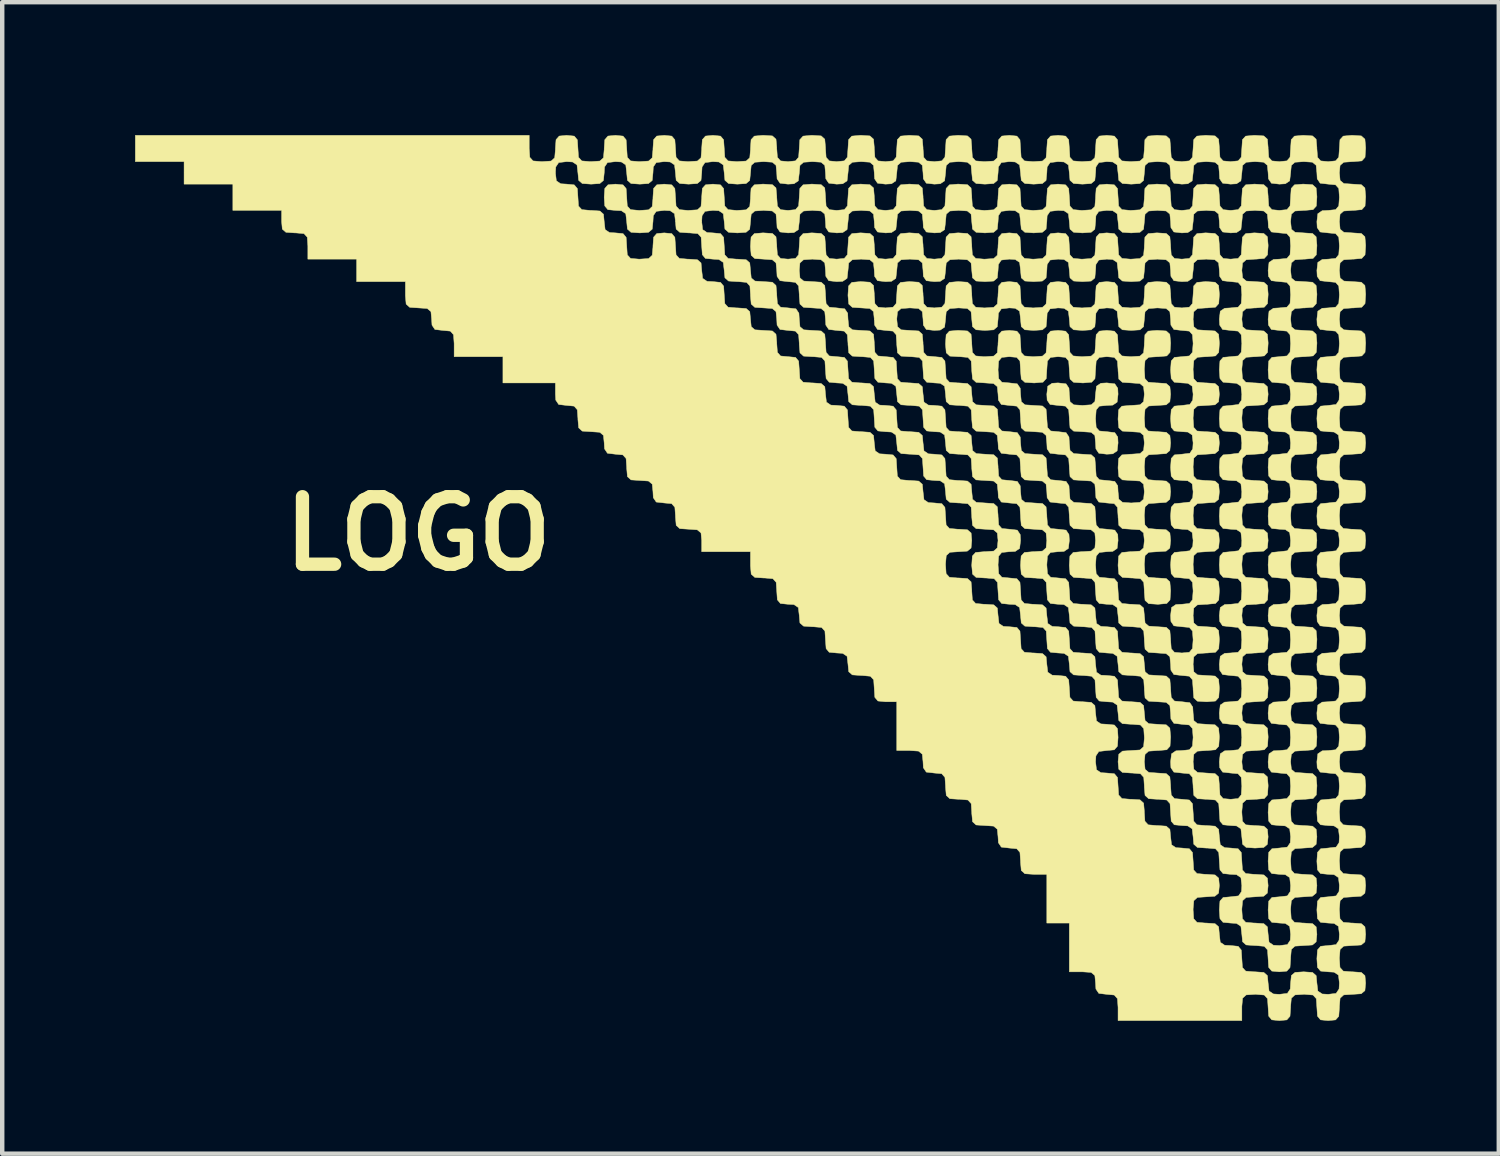
<source format=kicad_pcb>
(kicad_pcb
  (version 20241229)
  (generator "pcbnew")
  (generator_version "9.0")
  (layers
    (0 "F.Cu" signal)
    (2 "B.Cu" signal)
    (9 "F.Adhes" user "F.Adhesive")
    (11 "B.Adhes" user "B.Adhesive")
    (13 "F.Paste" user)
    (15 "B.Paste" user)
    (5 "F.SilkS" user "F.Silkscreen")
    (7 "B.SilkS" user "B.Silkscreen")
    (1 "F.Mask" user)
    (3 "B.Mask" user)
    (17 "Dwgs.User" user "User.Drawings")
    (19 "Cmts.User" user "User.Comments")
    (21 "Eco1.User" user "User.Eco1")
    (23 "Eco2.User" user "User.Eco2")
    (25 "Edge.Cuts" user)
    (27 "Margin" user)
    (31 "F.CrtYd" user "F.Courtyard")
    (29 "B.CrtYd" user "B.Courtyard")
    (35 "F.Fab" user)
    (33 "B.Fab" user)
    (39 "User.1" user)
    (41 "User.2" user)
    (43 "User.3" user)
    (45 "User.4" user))
  (footprint "LOGO"
    (layer "F.Cu")
    (at 13.89 9.996)
    (property "Reference" "LOGO" (at -7.5 -1 0) (layer "F.SilkS") (effects (font (size 1.524 1.524) (thickness 0.3))))
    (attr through_hole)
    (fp_poly (pts (xy 8.223 -4.382) (xy 8.29 -4.283) (xy 8.297 -4.149) (xy 8.276 -3.969) (xy 8.177 -3.902) (xy 8.043 -3.895) (xy 7.873 -3.878) (xy 7.803 -3.794) (xy 7.789 -3.598) (xy 7.803 -3.399) (xy 7.875 -3.318) (xy 8.043 -3.302) (xy 8.223 -3.281) (xy 8.29 -3.182) (xy 8.297 -3.048) (xy 8.276 -2.868) (xy 8.177 -2.802) (xy 8.043 -2.794) (xy 7.863 -2.815) (xy 7.797 -2.914) (xy 7.789 -3.048) (xy 7.773 -3.219) (xy 7.689 -3.289) (xy 7.493 -3.302) (xy 7.294 -3.315) (xy 7.213 -3.389) (xy 7.197 -3.576) (xy 7.197 -3.598) (xy 7.183 -3.797) (xy 7.111 -3.879) (xy 6.943 -3.895) (xy 6.763 -3.916) (xy 6.696 -4.015) (xy 6.689 -4.149) (xy 6.71 -4.329) (xy 6.809 -4.395) (xy 6.943 -4.403) (xy 7.123 -4.382) (xy 7.189 -4.283) (xy 7.197 -4.149) (xy 7.213 -3.978) (xy 7.297 -3.908) (xy 7.493 -3.895) (xy 7.692 -3.909) (xy 7.774 -3.981) (xy 7.789 -4.149) (xy 7.81 -4.329) (xy 7.909 -4.395) (xy 8.043 -4.403) (xy 8.223 -4.382)) (stroke (width 0.01) (type solid)) (fill yes) (layer "F.SilkS"))
    (fp_poly (pts (xy 9.385 -5.575) (xy 9.466 -5.501) (xy 9.483 -5.314) (xy 9.483 -5.292) (xy 9.47 -5.093) (xy 9.396 -5.012) (xy 9.209 -4.995) (xy 9.186 -4.995) (xy 8.988 -4.982) (xy 8.906 -4.908) (xy 8.89 -4.722) (xy 8.89 -4.699) (xy 8.903 -4.5) (xy 8.977 -4.419) (xy 9.164 -4.403) (xy 9.186 -4.403) (xy 9.385 -4.389) (xy 9.467 -4.317) (xy 9.483 -4.149) (xy 9.466 -3.978) (xy 9.382 -3.908) (xy 9.186 -3.895) (xy 8.988 -3.882) (xy 8.906 -3.808) (xy 8.89 -3.621) (xy 8.89 -3.598) (xy 8.903 -3.4) (xy 8.977 -3.318) (xy 9.164 -3.302) (xy 9.186 -3.302) (xy 9.385 -3.288) (xy 9.467 -3.216) (xy 9.483 -3.048) (xy 9.466 -2.877) (xy 9.382 -2.807) (xy 9.186 -2.794) (xy 8.988 -2.781) (xy 8.906 -2.707) (xy 8.89 -2.52) (xy 8.89 -2.498) (xy 8.903 -2.299) (xy 8.977 -2.218) (xy 9.164 -2.201) (xy 9.186 -2.201) (xy 9.385 -2.187) (xy 9.467 -2.115) (xy 9.483 -1.947) (xy 9.466 -1.777) (xy 9.382 -1.707) (xy 9.186 -1.693) (xy 8.988 -1.68) (xy 8.906 -1.606) (xy 8.89 -1.42) (xy 8.89 -1.397) (xy 8.903 -1.198) (xy 8.977 -1.117) (xy 9.164 -1.101) (xy 9.186 -1.101) (xy 9.385 -1.087) (xy 9.467 -1.015) (xy 9.483 -0.847) (xy 9.466 -0.676) (xy 9.382 -0.606) (xy 9.186 -0.593) (xy 8.988 -0.58) (xy 8.906 -0.506) (xy 8.89 -0.319) (xy 8.89 -0.296) (xy 8.903 -0.098) (xy 8.977 -0.016) (xy 9.164 -0.000037) (xy 9.186 0) (xy 9.385 0.013) (xy 9.466 0.087) (xy 9.483 0.274) (xy 9.483 0.296) (xy 9.47 0.495) (xy 9.396 0.576) (xy 9.209 0.593) (xy 9.186 0.593) (xy 8.988 0.58) (xy 8.906 0.506) (xy 8.89 0.319) (xy 8.89 0.296) (xy 8.877 0.098) (xy 8.803 0.016) (xy 8.616 0.000037) (xy 8.594 0) (xy 8.395 -0.013) (xy 8.314 -0.087) (xy 8.297 -0.274) (xy 8.297 -0.296) (xy 8.31 -0.495) (xy 8.384 -0.576) (xy 8.571 -0.593) (xy 8.594 -0.593) (xy 8.793 -0.607) (xy 8.874 -0.679) (xy 8.89 -0.847) (xy 8.873 -1.017) (xy 8.79 -1.087) (xy 8.594 -1.101) (xy 8.395 -1.114) (xy 8.314 -1.188) (xy 8.297 -1.374) (xy 8.297 -1.397) (xy 8.283 -1.596) (xy 8.211 -1.678) (xy 8.043 -1.693) (xy 7.863 -1.714) (xy 7.797 -1.813) (xy 7.789 -1.947) (xy 7.773 -2.118) (xy 7.689 -2.188) (xy 7.493 -2.201) (xy 7.294 -2.214) (xy 7.213 -2.288) (xy 7.197 -2.475) (xy 7.197 -2.498) (xy 7.183 -2.697) (xy 7.111 -2.778) (xy 6.943 -2.794) (xy 6.763 -2.815) (xy 6.696 -2.914) (xy 6.689 -3.048) (xy 6.672 -3.219) (xy 6.588 -3.289) (xy 6.392 -3.302) (xy 6.194 -3.315) (xy 6.112 -3.389) (xy 6.096 -3.576) (xy 6.096 -3.598) (xy 6.082 -3.797) (xy 6.01 -3.879) (xy 5.842 -3.895) (xy 5.662 -3.916) (xy 5.596 -4.015) (xy 5.588 -4.149) (xy 5.571 -4.319) (xy 5.488 -4.389) (xy 5.292 -4.403) (xy 5.093 -4.416) (xy 5.012 -4.49) (xy 4.995 -4.676) (xy 4.995 -4.699) (xy 5.588 -4.699) (xy 5.602 -4.5) (xy 5.674 -4.418) (xy 5.842 -4.403) (xy 6.022 -4.382) (xy 6.088 -4.283) (xy 6.096 -4.149) (xy 6.113 -3.978) (xy 6.196 -3.908) (xy 6.392 -3.895) (xy 6.591 -3.882) (xy 6.672 -3.808) (xy 6.689 -3.621) (xy 6.689 -3.598) (xy 6.703 -3.399) (xy 6.775 -3.318) (xy 6.943 -3.302) (xy 7.123 -3.281) (xy 7.189 -3.182) (xy 7.197 -3.048) (xy 7.213 -2.877) (xy 7.297 -2.807) (xy 7.493 -2.794) (xy 7.692 -2.781) (xy 7.773 -2.707) (xy 7.789 -2.52) (xy 7.789 -2.498) (xy 7.803 -2.299) (xy 7.875 -2.217) (xy 8.043 -2.201) (xy 8.223 -2.18) (xy 8.29 -2.081) (xy 8.297 -1.947) (xy 8.314 -1.777) (xy 8.398 -1.707) (xy 8.594 -1.693) (xy 8.793 -1.707) (xy 8.874 -1.779) (xy 8.89 -1.947) (xy 8.873 -2.118) (xy 8.79 -2.188) (xy 8.594 -2.201) (xy 8.395 -2.214) (xy 8.314 -2.288) (xy 8.297 -2.475) (xy 8.297 -2.498) (xy 8.31 -2.696) (xy 8.384 -2.778) (xy 8.571 -2.794) (xy 8.594 -2.794) (xy 8.793 -2.808) (xy 8.874 -2.88) (xy 8.89 -3.048) (xy 8.873 -3.219) (xy 8.79 -3.289) (xy 8.594 -3.302) (xy 8.395 -3.315) (xy 8.314 -3.389) (xy 8.297 -3.576) (xy 8.297 -3.598) (xy 8.31 -3.797) (xy 8.384 -3.878) (xy 8.571 -3.895) (xy 8.594 -3.895) (xy 8.793 -3.909) (xy 8.874 -3.981) (xy 8.89 -4.149) (xy 8.873 -4.319) (xy 8.79 -4.389) (xy 8.594 -4.403) (xy 8.395 -4.416) (xy 8.314 -4.49) (xy 8.297 -4.676) (xy 8.297 -4.699) (xy 8.283 -4.898) (xy 8.211 -4.98) (xy 8.043 -4.995) (xy 7.873 -4.979) (xy 7.803 -4.895) (xy 7.789 -4.699) (xy 7.776 -4.5) (xy 7.702 -4.419) (xy 7.516 -4.403) (xy 7.493 -4.403) (xy 7.294 -4.416) (xy 7.213 -4.49) (xy 7.197 -4.676) (xy 7.197 -4.699) (xy 7.183 -4.898) (xy 7.111 -4.98) (xy 6.943 -4.995) (xy 6.772 -4.979) (xy 6.702 -4.895) (xy 6.689 -4.699) (xy 6.676 -4.5) (xy 6.602 -4.419) (xy 6.415 -4.403) (xy 6.392 -4.403) (xy 6.194 -4.416) (xy 6.112 -4.49) (xy 6.096 -4.676) (xy 6.096 -4.699) (xy 6.082 -4.898) (xy 6.01 -4.98) (xy 5.842 -4.995) (xy 5.671 -4.979) (xy 5.601 -4.895) (xy 5.588 -4.699) (xy 4.995 -4.699) (xy 4.982 -4.898) (xy 4.908 -4.979) (xy 4.722 -4.995) (xy 4.699 -4.995) (xy 4.5 -5.008) (xy 4.419 -5.082) (xy 4.403 -5.269) (xy 4.403 -5.292) (xy 4.416 -5.49) (xy 4.49 -5.572) (xy 4.676 -5.588) (xy 4.699 -5.588) (xy 4.898 -5.575) (xy 4.979 -5.501) (xy 4.995 -5.314) (xy 4.995 -5.292) (xy 5.008 -5.093) (xy 5.082 -5.012) (xy 5.269 -4.995) (xy 5.292 -4.995) (xy 5.49 -5.008) (xy 5.572 -5.082) (xy 5.588 -5.269) (xy 5.588 -5.292) (xy 5.602 -5.491) (xy 5.674 -5.572) (xy 5.842 -5.588) (xy 6.013 -5.571) (xy 6.083 -5.488) (xy 6.096 -5.292) (xy 6.109 -5.093) (xy 6.183 -5.012) (xy 6.37 -4.995) (xy 6.392 -4.995) (xy 6.591 -5.008) (xy 6.672 -5.082) (xy 6.689 -5.269) (xy 6.689 -5.292) (xy 6.703 -5.491) (xy 6.775 -5.572) (xy 6.943 -5.588) (xy 7.113 -5.571) (xy 7.183 -5.488) (xy 7.197 -5.292) (xy 7.21 -5.093) (xy 7.284 -5.012) (xy 7.47 -4.995) (xy 7.493 -4.995) (xy 7.692 -5.008) (xy 7.773 -5.082) (xy 7.789 -5.269) (xy 7.789 -5.292) (xy 7.803 -5.491) (xy 7.875 -5.572) (xy 8.043 -5.588) (xy 8.214 -5.571) (xy 8.284 -5.488) (xy 8.297 -5.292) (xy 8.31 -5.093) (xy 8.384 -5.012) (xy 8.571 -4.995) (xy 8.594 -4.995) (xy 8.792 -5.008) (xy 8.874 -5.082) (xy 8.89 -5.269) (xy 8.89 -5.292) (xy 8.903 -5.49) (xy 8.977 -5.572) (xy 9.164 -5.588) (xy 9.186 -5.588) (xy 9.385 -5.575)) (stroke (width 0.01) (type solid)) (fill yes) (layer "F.SilkS"))
    (fp_poly (pts (xy 10.486 -6.676) (xy 10.567 -6.602) (xy 10.583 -6.415) (xy 10.583 -6.392) (xy 10.57 -6.194) (xy 10.496 -6.112) (xy 10.31 -6.096) (xy 10.287 -6.096) (xy 10.088 -6.082) (xy 10.006 -6.01) (xy 9.991 -5.842) (xy 10.007 -5.671) (xy 10.091 -5.601) (xy 10.287 -5.588) (xy 10.486 -5.575) (xy 10.567 -5.501) (xy 10.583 -5.314) (xy 10.583 -5.292) (xy 10.57 -5.093) (xy 10.496 -5.012) (xy 10.31 -4.995) (xy 10.287 -4.995) (xy 10.088 -4.982) (xy 10.007 -4.908) (xy 9.991 -4.722) (xy 9.991 -4.699) (xy 10.004 -4.5) (xy 10.078 -4.419) (xy 10.264 -4.403) (xy 10.287 -4.403) (xy 10.486 -4.389) (xy 10.568 -4.317) (xy 10.583 -4.149) (xy 10.567 -3.978) (xy 10.483 -3.908) (xy 10.287 -3.895) (xy 10.088 -3.882) (xy 10.007 -3.808) (xy 9.991 -3.621) (xy 9.991 -3.598) (xy 10.004 -3.4) (xy 10.078 -3.318) (xy 10.264 -3.302) (xy 10.287 -3.302) (xy 10.486 -3.288) (xy 10.568 -3.216) (xy 10.583 -3.048) (xy 10.567 -2.877) (xy 10.483 -2.807) (xy 10.287 -2.794) (xy 10.088 -2.781) (xy 10.007 -2.707) (xy 9.991 -2.52) (xy 9.991 -2.498) (xy 10.004 -2.299) (xy 10.078 -2.218) (xy 10.264 -2.201) (xy 10.287 -2.201) (xy 10.486 -2.187) (xy 10.568 -2.115) (xy 10.583 -1.947) (xy 10.567 -1.777) (xy 10.483 -1.707) (xy 10.287 -1.693) (xy 10.088 -1.68) (xy 10.007 -1.606) (xy 9.991 -1.42) (xy 9.991 -1.397) (xy 10.004 -1.198) (xy 10.078 -1.117) (xy 10.264 -1.101) (xy 10.287 -1.101) (xy 10.486 -1.087) (xy 10.568 -1.015) (xy 10.583 -0.847) (xy 10.567 -0.676) (xy 10.483 -0.606) (xy 10.287 -0.593) (xy 10.088 -0.58) (xy 10.007 -0.506) (xy 9.991 -0.319) (xy 9.991 -0.296) (xy 10.004 -0.098) (xy 10.078 -0.016) (xy 10.264 -0.000037) (xy 10.287 0) (xy 10.486 0.013) (xy 10.567 0.087) (xy 10.583 0.274) (xy 10.583 0.296) (xy 10.57 0.495) (xy 10.496 0.576) (xy 10.31 0.593) (xy 10.287 0.593) (xy 10.088 0.607) (xy 10.006 0.679) (xy 9.991 0.847) (xy 10.007 1.017) (xy 10.091 1.087) (xy 10.287 1.101) (xy 10.486 1.114) (xy 10.567 1.188) (xy 10.583 1.374) (xy 10.583 1.397) (xy 10.57 1.596) (xy 10.496 1.677) (xy 10.31 1.693) (xy 10.287 1.693) (xy 10.088 1.707) (xy 10.006 1.779) (xy 9.991 1.947) (xy 10.007 2.118) (xy 10.091 2.188) (xy 10.287 2.201) (xy 10.486 2.214) (xy 10.567 2.288) (xy 10.583 2.475) (xy 10.583 2.498) (xy 10.57 2.696) (xy 10.496 2.778) (xy 10.31 2.794) (xy 10.287 2.794) (xy 10.088 2.781) (xy 10.007 2.707) (xy 9.991 2.52) (xy 9.991 2.498) (xy 9.977 2.299) (xy 9.905 2.217) (xy 9.737 2.201) (xy 9.557 2.18) (xy 9.49 2.081) (xy 9.483 1.947) (xy 9.466 1.777) (xy 9.382 1.707) (xy 9.186 1.693) (xy 8.988 1.68) (xy 8.906 1.606) (xy 8.89 1.42) (xy 8.89 1.397) (xy 8.877 1.198) (xy 8.803 1.117) (xy 8.616 1.101) (xy 8.594 1.101) (xy 8.395 1.087) (xy 8.313 1.015) (xy 8.297 0.847) (xy 8.276 0.667) (xy 8.177 0.6) (xy 8.043 0.593) (xy 7.873 0.576) (xy 7.803 0.492) (xy 7.789 0.296) (xy 7.776 0.098) (xy 7.702 0.016) (xy 7.516 0.000037) (xy 7.493 0) (xy 7.294 -0.013) (xy 7.213 -0.087) (xy 7.197 -0.274) (xy 7.197 -0.296) (xy 7.21 -0.495) (xy 7.284 -0.576) (xy 7.47 -0.593) (xy 7.493 -0.593) (xy 7.692 -0.607) (xy 7.774 -0.679) (xy 7.789 -0.847) (xy 7.773 -1.017) (xy 7.689 -1.087) (xy 7.493 -1.101) (xy 7.294 -1.114) (xy 7.213 -1.188) (xy 7.197 -1.374) (xy 7.197 -1.397) (xy 7.183 -1.596) (xy 7.111 -1.678) (xy 6.943 -1.693) (xy 6.763 -1.714) (xy 6.696 -1.813) (xy 6.689 -1.947) (xy 6.672 -2.118) (xy 6.588 -2.188) (xy 6.392 -2.201) (xy 6.194 -2.214) (xy 6.112 -2.288) (xy 6.096 -2.475) (xy 6.096 -2.498) (xy 6.082 -2.697) (xy 6.01 -2.778) (xy 5.842 -2.794) (xy 5.662 -2.815) (xy 5.596 -2.914) (xy 5.588 -3.048) (xy 5.571 -3.219) (xy 5.488 -3.289) (xy 5.292 -3.302) (xy 5.093 -3.315) (xy 5.012 -3.389) (xy 4.995 -3.576) (xy 4.995 -3.598) (xy 4.982 -3.797) (xy 4.908 -3.878) (xy 4.722 -3.895) (xy 4.699 -3.895) (xy 4.5 -3.909) (xy 4.418 -3.981) (xy 4.403 -4.149) (xy 4.382 -4.329) (xy 4.283 -4.395) (xy 4.149 -4.403) (xy 3.978 -4.419) (xy 3.908 -4.503) (xy 3.895 -4.699) (xy 3.882 -4.898) (xy 3.808 -4.979) (xy 3.621 -4.995) (xy 3.598 -4.995) (xy 3.4 -5.008) (xy 3.318 -5.082) (xy 3.302 -5.269) (xy 3.302 -5.292) (xy 3.288 -5.491) (xy 3.216 -5.572) (xy 3.048 -5.588) (xy 2.868 -5.609) (xy 2.802 -5.708) (xy 2.794 -5.842) (xy 3.302 -5.842) (xy 3.319 -5.671) (xy 3.402 -5.601) (xy 3.598 -5.588) (xy 3.797 -5.575) (xy 3.878 -5.501) (xy 3.895 -5.314) (xy 3.895 -5.292) (xy 3.909 -5.093) (xy 3.981 -5.011) (xy 4.149 -4.995) (xy 4.319 -4.979) (xy 4.389 -4.895) (xy 4.403 -4.699) (xy 4.416 -4.5) (xy 4.49 -4.419) (xy 4.676 -4.403) (xy 4.699 -4.403) (xy 4.898 -4.389) (xy 4.98 -4.317) (xy 4.995 -4.149) (xy 5.012 -3.978) (xy 5.096 -3.908) (xy 5.292 -3.895) (xy 5.49 -3.882) (xy 5.572 -3.808) (xy 5.588 -3.621) (xy 5.588 -3.598) (xy 5.602 -3.399) (xy 5.674 -3.318) (xy 5.842 -3.302) (xy 6.022 -3.281) (xy 6.088 -3.182) (xy 6.096 -3.048) (xy 6.113 -2.877) (xy 6.196 -2.807) (xy 6.392 -2.794) (xy 6.591 -2.781) (xy 6.672 -2.707) (xy 6.689 -2.52) (xy 6.689 -2.498) (xy 6.703 -2.299) (xy 6.775 -2.217) (xy 6.943 -2.201) (xy 7.123 -2.18) (xy 7.189 -2.081) (xy 7.197 -1.947) (xy 7.213 -1.777) (xy 7.297 -1.707) (xy 7.493 -1.693) (xy 7.692 -1.68) (xy 7.773 -1.606) (xy 7.789 -1.42) (xy 7.789 -1.397) (xy 7.803 -1.198) (xy 7.875 -1.116) (xy 8.043 -1.101) (xy 8.223 -1.08) (xy 8.29 -0.981) (xy 8.297 -0.847) (xy 8.276 -0.667) (xy 8.177 -0.6) (xy 8.043 -0.593) (xy 7.873 -0.576) (xy 7.803 -0.492) (xy 7.789 -0.296) (xy 7.803 -0.097) (xy 7.875 -0.016) (xy 8.043 0) (xy 8.214 0.017) (xy 8.284 0.1) (xy 8.297 0.296) (xy 8.31 0.495) (xy 8.384 0.576) (xy 8.571 0.593) (xy 8.594 0.593) (xy 8.793 0.607) (xy 8.874 0.679) (xy 8.89 0.847) (xy 8.907 1.017) (xy 8.99 1.087) (xy 9.186 1.101) (xy 9.385 1.114) (xy 9.466 1.188) (xy 9.483 1.374) (xy 9.483 1.397) (xy 9.497 1.596) (xy 9.569 1.678) (xy 9.737 1.693) (xy 9.907 1.677) (xy 9.977 1.593) (xy 9.991 1.397) (xy 9.977 1.198) (xy 9.905 1.116) (xy 9.737 1.101) (xy 9.557 1.08) (xy 9.49 0.981) (xy 9.483 0.847) (xy 9.504 0.667) (xy 9.603 0.6) (xy 9.737 0.593) (xy 9.907 0.576) (xy 9.977 0.492) (xy 9.991 0.296) (xy 9.977 0.097) (xy 9.905 0.016) (xy 9.737 0) (xy 9.566 -0.017) (xy 9.496 -0.1) (xy 9.483 -0.296) (xy 9.497 -0.495) (xy 9.569 -0.577) (xy 9.737 -0.593) (xy 9.917 -0.614) (xy 9.983 -0.713) (xy 9.991 -0.847) (xy 9.97 -1.027) (xy 9.871 -1.093) (xy 9.737 -1.101) (xy 9.566 -1.117) (xy 9.496 -1.201) (xy 9.483 -1.397) (xy 9.497 -1.596) (xy 9.569 -1.678) (xy 9.737 -1.693) (xy 9.917 -1.714) (xy 9.983 -1.813) (xy 9.991 -1.947) (xy 9.97 -2.127) (xy 9.871 -2.194) (xy 9.737 -2.201) (xy 9.566 -2.218) (xy 9.496 -2.302) (xy 9.483 -2.498) (xy 9.497 -2.697) (xy 9.569 -2.778) (xy 9.737 -2.794) (xy 9.917 -2.815) (xy 9.983 -2.914) (xy 9.991 -3.048) (xy 9.97 -3.228) (xy 9.871 -3.294) (xy 9.737 -3.302) (xy 9.566 -3.319) (xy 9.496 -3.402) (xy 9.483 -3.598) (xy 9.497 -3.797) (xy 9.569 -3.879) (xy 9.737 -3.895) (xy 9.917 -3.916) (xy 9.983 -4.015) (xy 9.991 -4.149) (xy 9.97 -4.329) (xy 9.871 -4.395) (xy 9.737 -4.403) (xy 9.566 -4.419) (xy 9.496 -4.503) (xy 9.483 -4.699) (xy 9.497 -4.898) (xy 9.569 -4.98) (xy 9.737 -4.995) (xy 9.907 -5.012) (xy 9.977 -5.096) (xy 9.991 -5.292) (xy 9.977 -5.491) (xy 9.905 -5.572) (xy 9.737 -5.588) (xy 9.557 -5.609) (xy 9.49 -5.708) (xy 9.483 -5.842) (xy 9.466 -6.013) (xy 9.382 -6.083) (xy 9.186 -6.096) (xy 8.987 -6.082) (xy 8.906 -6.01) (xy 8.89 -5.842) (xy 8.873 -5.671) (xy 8.79 -5.601) (xy 8.594 -5.588) (xy 8.395 -5.602) (xy 8.313 -5.674) (xy 8.297 -5.842) (xy 8.276 -6.022) (xy 8.177 -6.088) (xy 8.043 -6.096) (xy 7.863 -6.075) (xy 7.797 -5.976) (xy 7.789 -5.842) (xy 7.773 -5.671) (xy 7.689 -5.601) (xy 7.493 -5.588) (xy 7.294 -5.602) (xy 7.212 -5.674) (xy 7.197 -5.842) (xy 7.176 -6.022) (xy 7.077 -6.088) (xy 6.943 -6.096) (xy 6.763 -6.075) (xy 6.696 -5.976) (xy 6.689 -5.842) (xy 6.672 -5.671) (xy 6.588 -5.601) (xy 6.392 -5.588) (xy 6.193 -5.602) (xy 6.112 -5.674) (xy 6.096 -5.842) (xy 6.075 -6.022) (xy 5.976 -6.088) (xy 5.842 -6.096) (xy 5.662 -6.075) (xy 5.596 -5.976) (xy 5.588 -5.842) (xy 5.571 -5.671) (xy 5.488 -5.601) (xy 5.292 -5.588) (xy 5.093 -5.602) (xy 5.011 -5.674) (xy 4.995 -5.842) (xy 4.979 -6.013) (xy 4.895 -6.083) (xy 4.699 -6.096) (xy 4.5 -6.082) (xy 4.418 -6.01) (xy 4.403 -5.842) (xy 4.382 -5.662) (xy 4.283 -5.596) (xy 4.149 -5.588) (xy 3.969 -5.609) (xy 3.902 -5.708) (xy 3.895 -5.842) (xy 3.878 -6.013) (xy 3.794 -6.083) (xy 3.598 -6.096) (xy 3.399 -6.082) (xy 3.318 -6.01) (xy 3.302 -5.842) (xy 2.794 -5.842) (xy 2.777 -6.013) (xy 2.694 -6.083) (xy 2.498 -6.096) (xy 2.299 -6.109) (xy 2.218 -6.183) (xy 2.201 -6.37) (xy 2.201 -6.392) (xy 2.214 -6.591) (xy 2.288 -6.672) (xy 2.475 -6.689) (xy 2.498 -6.689) (xy 2.696 -6.676) (xy 2.778 -6.602) (xy 2.794 -6.415) (xy 2.794 -6.392) (xy 2.808 -6.193) (xy 2.88 -6.112) (xy 3.048 -6.096) (xy 3.219 -6.113) (xy 3.289 -6.196) (xy 3.302 -6.392) (xy 3.315 -6.591) (xy 3.389 -6.672) (xy 3.576 -6.689) (xy 3.598 -6.689) (xy 3.797 -6.676) (xy 3.878 -6.602) (xy 3.895 -6.415) (xy 3.895 -6.392) (xy 3.909 -6.193) (xy 3.981 -6.112) (xy 4.149 -6.096) (xy 4.319 -6.113) (xy 4.389 -6.196) (xy 4.403 -6.392) (xy 4.416 -6.591) (xy 4.49 -6.672) (xy 4.676 -6.689) (xy 4.699 -6.689) (xy 4.898 -6.676) (xy 4.979 -6.602) (xy 4.995 -6.415) (xy 4.995 -6.392) (xy 5.008 -6.194) (xy 5.082 -6.112) (xy 5.269 -6.096) (xy 5.292 -6.096) (xy 5.49 -6.109) (xy 5.572 -6.183) (xy 5.588 -6.37) (xy 5.588 -6.392) (xy 5.602 -6.591) (xy 5.674 -6.673) (xy 5.842 -6.689) (xy 6.013 -6.672) (xy 6.083 -6.588) (xy 6.096 -6.392) (xy 6.109 -6.194) (xy 6.183 -6.112) (xy 6.37 -6.096) (xy 6.392 -6.096) (xy 6.591 -6.109) (xy 6.672 -6.183) (xy 6.689 -6.37) (xy 6.689 -6.392) (xy 6.703 -6.591) (xy 6.775 -6.673) (xy 6.943 -6.689) (xy 7.113 -6.672) (xy 7.183 -6.588) (xy 7.197 -6.392) (xy 7.21 -6.194) (xy 7.284 -6.112) (xy 7.47 -6.096) (xy 7.493 -6.096) (xy 7.692 -6.109) (xy 7.773 -6.183) (xy 7.789 -6.37) (xy 7.789 -6.392) (xy 7.803 -6.591) (xy 7.875 -6.673) (xy 8.043 -6.689) (xy 8.214 -6.672) (xy 8.284 -6.588) (xy 8.297 -6.392) (xy 8.31 -6.194) (xy 8.384 -6.112) (xy 8.571 -6.096) (xy 8.594 -6.096) (xy 8.792 -6.109) (xy 8.874 -6.183) (xy 8.89 -6.37) (xy 8.89 -6.392) (xy 8.903 -6.591) (xy 8.977 -6.672) (xy 9.164 -6.689) (xy 9.186 -6.689) (xy 9.385 -6.676) (xy 9.466 -6.602) (xy 9.483 -6.415) (xy 9.483 -6.392) (xy 9.497 -6.193) (xy 9.569 -6.112) (xy 9.737 -6.096) (xy 9.907 -6.113) (xy 9.977 -6.196) (xy 9.991 -6.392) (xy 10.004 -6.591) (xy 10.078 -6.672) (xy 10.264 -6.689) (xy 10.287 -6.689) (xy 10.486 -6.676)) (stroke (width 0.01) (type solid)) (fill yes) (layer "F.SilkS"))
    (fp_poly (pts (xy 11.586 -7.776) (xy 11.668 -7.702) (xy 11.684 -7.516) (xy 11.684 -7.493) (xy 11.671 -7.294) (xy 11.597 -7.213) (xy 11.41 -7.197) (xy 11.388 -7.197) (xy 11.189 -7.183) (xy 11.107 -7.111) (xy 11.091 -6.943) (xy 11.108 -6.772) (xy 11.192 -6.702) (xy 11.388 -6.689) (xy 11.586 -6.676) (xy 11.668 -6.602) (xy 11.684 -6.415) (xy 11.684 -6.392) (xy 11.671 -6.194) (xy 11.597 -6.112) (xy 11.41 -6.096) (xy 11.388 -6.096) (xy 11.189 -6.082) (xy 11.107 -6.01) (xy 11.091 -5.842) (xy 11.108 -5.671) (xy 11.192 -5.601) (xy 11.388 -5.588) (xy 11.586 -5.575) (xy 11.668 -5.501) (xy 11.684 -5.314) (xy 11.684 -5.292) (xy 11.671 -5.093) (xy 11.597 -5.012) (xy 11.41 -4.995) (xy 11.388 -4.995) (xy 11.189 -4.982) (xy 11.108 -4.908) (xy 11.091 -4.722) (xy 11.091 -4.699) (xy 11.104 -4.5) (xy 11.178 -4.419) (xy 11.365 -4.403) (xy 11.388 -4.403) (xy 11.587 -4.389) (xy 11.668 -4.317) (xy 11.684 -4.149) (xy 11.667 -3.978) (xy 11.584 -3.908) (xy 11.388 -3.895) (xy 11.189 -3.882) (xy 11.108 -3.808) (xy 11.091 -3.621) (xy 11.091 -3.598) (xy 11.104 -3.4) (xy 11.178 -3.318) (xy 11.365 -3.302) (xy 11.388 -3.302) (xy 11.587 -3.288) (xy 11.668 -3.216) (xy 11.684 -3.048) (xy 11.667 -2.877) (xy 11.584 -2.807) (xy 11.388 -2.794) (xy 11.189 -2.781) (xy 11.108 -2.707) (xy 11.091 -2.52) (xy 11.091 -2.498) (xy 11.104 -2.299) (xy 11.178 -2.218) (xy 11.365 -2.201) (xy 11.388 -2.201) (xy 11.587 -2.187) (xy 11.668 -2.115) (xy 11.684 -1.947) (xy 11.667 -1.777) (xy 11.584 -1.707) (xy 11.388 -1.693) (xy 11.189 -1.68) (xy 11.108 -1.606) (xy 11.091 -1.42) (xy 11.091 -1.397) (xy 11.104 -1.198) (xy 11.178 -1.117) (xy 11.365 -1.101) (xy 11.388 -1.101) (xy 11.587 -1.087) (xy 11.668 -1.015) (xy 11.684 -0.847) (xy 11.667 -0.676) (xy 11.584 -0.606) (xy 11.388 -0.593) (xy 11.189 -0.58) (xy 11.108 -0.506) (xy 11.091 -0.319) (xy 11.091 -0.296) (xy 11.104 -0.098) (xy 11.178 -0.016) (xy 11.365 -0.000037) (xy 11.388 0) (xy 11.586 0.013) (xy 11.668 0.087) (xy 11.684 0.274) (xy 11.684 0.296) (xy 11.671 0.495) (xy 11.597 0.576) (xy 11.41 0.593) (xy 11.388 0.593) (xy 11.189 0.607) (xy 11.107 0.679) (xy 11.091 0.847) (xy 11.108 1.017) (xy 11.192 1.087) (xy 11.388 1.101) (xy 11.586 1.114) (xy 11.668 1.188) (xy 11.684 1.374) (xy 11.684 1.397) (xy 11.671 1.596) (xy 11.597 1.677) (xy 11.41 1.693) (xy 11.388 1.693) (xy 11.189 1.707) (xy 11.107 1.779) (xy 11.091 1.947) (xy 11.108 2.118) (xy 11.192 2.188) (xy 11.388 2.201) (xy 11.586 2.214) (xy 11.668 2.288) (xy 11.684 2.475) (xy 11.684 2.498) (xy 11.671 2.696) (xy 11.597 2.778) (xy 11.41 2.794) (xy 11.388 2.794) (xy 11.189 2.808) (xy 11.107 2.88) (xy 11.091 3.048) (xy 11.108 3.219) (xy 11.192 3.289) (xy 11.388 3.302) (xy 11.586 3.315) (xy 11.668 3.389) (xy 11.684 3.576) (xy 11.684 3.598) (xy 11.671 3.797) (xy 11.597 3.878) (xy 11.41 3.895) (xy 11.388 3.895) (xy 11.189 3.909) (xy 11.107 3.981) (xy 11.091 4.149) (xy 11.108 4.319) (xy 11.192 4.389) (xy 11.388 4.403) (xy 11.586 4.416) (xy 11.668 4.49) (xy 11.684 4.676) (xy 11.684 4.699) (xy 11.671 4.898) (xy 11.597 4.979) (xy 11.41 4.995) (xy 11.388 4.995) (xy 11.189 5.008) (xy 11.108 5.082) (xy 11.091 5.269) (xy 11.091 5.292) (xy 11.104 5.49) (xy 11.178 5.572) (xy 11.365 5.588) (xy 11.388 5.588) (xy 11.587 5.602) (xy 11.668 5.674) (xy 11.684 5.842) (xy 11.667 6.013) (xy 11.584 6.083) (xy 11.388 6.096) (xy 11.189 6.082) (xy 11.107 6.01) (xy 11.091 5.842) (xy 11.07 5.662) (xy 10.971 5.596) (xy 10.837 5.588) (xy 10.667 5.571) (xy 10.597 5.488) (xy 10.583 5.292) (xy 10.57 5.093) (xy 10.496 5.012) (xy 10.31 4.995) (xy 10.287 4.995) (xy 10.088 4.982) (xy 10.007 4.908) (xy 9.991 4.722) (xy 9.991 4.699) (xy 9.977 4.5) (xy 9.905 4.418) (xy 9.737 4.403) (xy 9.557 4.382) (xy 9.49 4.283) (xy 9.483 4.149) (xy 9.504 3.969) (xy 9.603 3.902) (xy 9.737 3.895) (xy 9.907 3.878) (xy 9.977 3.794) (xy 9.991 3.598) (xy 9.977 3.399) (xy 9.905 3.318) (xy 9.737 3.302) (xy 9.557 3.281) (xy 9.49 3.182) (xy 9.483 3.048) (xy 9.466 2.877) (xy 9.382 2.807) (xy 9.186 2.794) (xy 8.988 2.781) (xy 8.906 2.707) (xy 8.89 2.52) (xy 8.89 2.498) (xy 8.877 2.299) (xy 8.803 2.218) (xy 8.616 2.201) (xy 8.594 2.201) (xy 8.395 2.187) (xy 8.313 2.115) (xy 8.297 1.947) (xy 8.276 1.767) (xy 8.177 1.701) (xy 8.043 1.693) (xy 7.873 1.677) (xy 7.803 1.593) (xy 7.789 1.397) (xy 7.776 1.198) (xy 7.702 1.117) (xy 7.516 1.101) (xy 7.493 1.101) (xy 7.294 1.087) (xy 7.212 1.015) (xy 7.197 0.847) (xy 7.176 0.667) (xy 7.077 0.6) (xy 6.943 0.593) (xy 6.772 0.576) (xy 6.702 0.492) (xy 6.689 0.296) (xy 6.676 0.098) (xy 6.602 0.016) (xy 6.415 0.000037) (xy 6.392 0) (xy 6.194 -0.013) (xy 6.112 -0.087) (xy 6.096 -0.274) (xy 6.096 -0.296) (xy 6.109 -0.495) (xy 6.183 -0.576) (xy 6.37 -0.593) (xy 6.392 -0.593) (xy 6.591 -0.607) (xy 6.673 -0.679) (xy 6.689 -0.847) (xy 6.672 -1.017) (xy 6.588 -1.087) (xy 6.392 -1.101) (xy 6.194 -1.114) (xy 6.112 -1.188) (xy 6.096 -1.374) (xy 6.096 -1.397) (xy 6.082 -1.596) (xy 6.01 -1.678) (xy 5.842 -1.693) (xy 5.662 -1.714) (xy 5.596 -1.813) (xy 5.588 -1.947) (xy 5.571 -2.118) (xy 5.488 -2.188) (xy 5.292 -2.201) (xy 5.093 -2.214) (xy 5.012 -2.288) (xy 4.995 -2.475) (xy 4.995 -2.498) (xy 4.982 -2.696) (xy 4.908 -2.778) (xy 4.722 -2.794) (xy 4.699 -2.794) (xy 4.5 -2.808) (xy 4.418 -2.88) (xy 4.403 -3.048) (xy 4.382 -3.228) (xy 4.283 -3.294) (xy 4.149 -3.302) (xy 3.978 -3.319) (xy 3.908 -3.402) (xy 3.895 -3.598) (xy 3.882 -3.797) (xy 3.808 -3.878) (xy 3.621 -3.895) (xy 3.598 -3.895) (xy 3.399 -3.909) (xy 3.318 -3.981) (xy 3.302 -4.149) (xy 3.281 -4.329) (xy 3.182 -4.395) (xy 3.048 -4.403) (xy 2.877 -4.419) (xy 2.807 -4.503) (xy 2.794 -4.699) (xy 2.781 -4.898) (xy 2.707 -4.979) (xy 2.52 -4.995) (xy 2.498 -4.995) (xy 2.299 -5.008) (xy 2.218 -5.082) (xy 2.201 -5.269) (xy 2.201 -5.292) (xy 2.187 -5.491) (xy 2.115 -5.572) (xy 1.947 -5.588) (xy 1.767 -5.609) (xy 1.701 -5.708) (xy 1.693 -5.842) (xy 1.677 -6.013) (xy 1.593 -6.083) (xy 1.397 -6.096) (xy 1.198 -6.109) (xy 1.117 -6.183) (xy 1.101 -6.37) (xy 1.101 -6.392) (xy 1.087 -6.591) (xy 1.015 -6.673) (xy 0.847 -6.689) (xy 0.667 -6.71) (xy 0.6 -6.809) (xy 0.593 -6.943) (xy 1.101 -6.943) (xy 1.117 -6.772) (xy 1.201 -6.702) (xy 1.397 -6.689) (xy 1.596 -6.676) (xy 1.677 -6.602) (xy 1.693 -6.415) (xy 1.693 -6.392) (xy 1.707 -6.193) (xy 1.779 -6.112) (xy 1.947 -6.096) (xy 2.127 -6.075) (xy 2.194 -5.976) (xy 2.201 -5.842) (xy 2.218 -5.671) (xy 2.302 -5.601) (xy 2.498 -5.588) (xy 2.696 -5.575) (xy 2.778 -5.501) (xy 2.794 -5.314) (xy 2.794 -5.292) (xy 2.808 -5.093) (xy 2.88 -5.011) (xy 3.048 -4.995) (xy 3.219 -4.979) (xy 3.289 -4.895) (xy 3.302 -4.699) (xy 3.315 -4.5) (xy 3.389 -4.419) (xy 3.576 -4.403) (xy 3.598 -4.403) (xy 3.797 -4.389) (xy 3.879 -4.317) (xy 3.895 -4.149) (xy 3.916 -3.969) (xy 4.015 -3.902) (xy 4.149 -3.895) (xy 4.319 -3.878) (xy 4.389 -3.794) (xy 4.403 -3.598) (xy 4.416 -3.4) (xy 4.49 -3.318) (xy 4.676 -3.302) (xy 4.699 -3.302) (xy 4.898 -3.288) (xy 4.98 -3.216) (xy 4.995 -3.048) (xy 5.012 -2.877) (xy 5.096 -2.807) (xy 5.292 -2.794) (xy 5.49 -2.781) (xy 5.572 -2.707) (xy 5.588 -2.52) (xy 5.588 -2.498) (xy 5.602 -2.299) (xy 5.674 -2.217) (xy 5.842 -2.201) (xy 6.022 -2.18) (xy 6.088 -2.081) (xy 6.096 -1.947) (xy 6.113 -1.777) (xy 6.196 -1.707) (xy 6.392 -1.693) (xy 6.591 -1.68) (xy 6.672 -1.606) (xy 6.689 -1.42) (xy 6.689 -1.397) (xy 6.703 -1.198) (xy 6.775 -1.116) (xy 6.943 -1.101) (xy 7.123 -1.08) (xy 7.189 -0.981) (xy 7.197 -0.847) (xy 7.176 -0.667) (xy 7.077 -0.6) (xy 6.943 -0.593) (xy 6.772 -0.576) (xy 6.702 -0.492) (xy 6.689 -0.296) (xy 6.703 -0.097) (xy 6.775 -0.016) (xy 6.943 0) (xy 7.113 0.017) (xy 7.183 0.1) (xy 7.197 0.296) (xy 7.21 0.495) (xy 7.284 0.576) (xy 7.47 0.593) (xy 7.493 0.593) (xy 7.692 0.607) (xy 7.774 0.679) (xy 7.789 0.847) (xy 7.81 1.027) (xy 7.909 1.093) (xy 8.043 1.101) (xy 8.214 1.117) (xy 8.284 1.201) (xy 8.297 1.397) (xy 8.31 1.596) (xy 8.384 1.677) (xy 8.571 1.693) (xy 8.594 1.693) (xy 8.793 1.707) (xy 8.874 1.779) (xy 8.89 1.947) (xy 8.907 2.118) (xy 8.99 2.188) (xy 9.186 2.201) (xy 9.385 2.214) (xy 9.466 2.288) (xy 9.483 2.475) (xy 9.483 2.498) (xy 9.497 2.697) (xy 9.569 2.778) (xy 9.737 2.794) (xy 9.917 2.815) (xy 9.983 2.914) (xy 9.991 3.048) (xy 10.007 3.219) (xy 10.091 3.289) (xy 10.287 3.302) (xy 10.486 3.315) (xy 10.567 3.389) (xy 10.583 3.576) (xy 10.583 3.598) (xy 10.57 3.797) (xy 10.496 3.878) (xy 10.31 3.895) (xy 10.287 3.895) (xy 10.088 3.909) (xy 10.006 3.981) (xy 9.991 4.149) (xy 10.007 4.319) (xy 10.091 4.389) (xy 10.287 4.403) (xy 10.486 4.416) (xy 10.567 4.49) (xy 10.583 4.676) (xy 10.583 4.699) (xy 10.597 4.898) (xy 10.669 4.98) (xy 10.837 4.995) (xy 11.008 4.979) (xy 11.078 4.895) (xy 11.091 4.699) (xy 11.077 4.5) (xy 11.005 4.418) (xy 10.837 4.403) (xy 10.657 4.382) (xy 10.591 4.283) (xy 10.583 4.149) (xy 10.604 3.969) (xy 10.703 3.902) (xy 10.837 3.895) (xy 11.008 3.878) (xy 11.078 3.794) (xy 11.091 3.598) (xy 11.077 3.399) (xy 11.005 3.318) (xy 10.837 3.302) (xy 10.657 3.281) (xy 10.591 3.182) (xy 10.583 3.048) (xy 10.604 2.868) (xy 10.703 2.802) (xy 10.837 2.794) (xy 11.008 2.777) (xy 11.078 2.694) (xy 11.091 2.498) (xy 11.077 2.299) (xy 11.005 2.217) (xy 10.837 2.201) (xy 10.657 2.18) (xy 10.591 2.081) (xy 10.583 1.947) (xy 10.604 1.767) (xy 10.703 1.701) (xy 10.837 1.693) (xy 11.008 1.677) (xy 11.078 1.593) (xy 11.091 1.397) (xy 11.077 1.198) (xy 11.005 1.116) (xy 10.837 1.101) (xy 10.657 1.08) (xy 10.591 0.981) (xy 10.583 0.847) (xy 10.604 0.667) (xy 10.703 0.6) (xy 10.837 0.593) (xy 11.008 0.576) (xy 11.078 0.492) (xy 11.091 0.296) (xy 11.077 0.097) (xy 11.005 0.016) (xy 10.837 0) (xy 10.667 -0.017) (xy 10.597 -0.1) (xy 10.583 -0.296) (xy 10.597 -0.495) (xy 10.669 -0.577) (xy 10.837 -0.593) (xy 11.017 -0.614) (xy 11.084 -0.713) (xy 11.091 -0.847) (xy 11.07 -1.027) (xy 10.971 -1.093) (xy 10.837 -1.101) (xy 10.667 -1.117) (xy 10.597 -1.201) (xy 10.583 -1.397) (xy 10.597 -1.596) (xy 10.669 -1.678) (xy 10.837 -1.693) (xy 11.017 -1.714) (xy 11.084 -1.813) (xy 11.091 -1.947) (xy 11.07 -2.127) (xy 10.971 -2.194) (xy 10.837 -2.201) (xy 10.667 -2.218) (xy 10.597 -2.302) (xy 10.583 -2.498) (xy 10.597 -2.697) (xy 10.669 -2.778) (xy 10.837 -2.794) (xy 11.017 -2.815) (xy 11.084 -2.914) (xy 11.091 -3.048) (xy 11.07 -3.228) (xy 10.971 -3.294) (xy 10.837 -3.302) (xy 10.667 -3.319) (xy 10.597 -3.402) (xy 10.583 -3.598) (xy 10.597 -3.797) (xy 10.669 -3.879) (xy 10.837 -3.895) (xy 11.017 -3.916) (xy 11.084 -4.015) (xy 11.091 -4.149) (xy 11.07 -4.329) (xy 10.971 -4.395) (xy 10.837 -4.403) (xy 10.667 -4.419) (xy 10.597 -4.503) (xy 10.583 -4.699) (xy 10.597 -4.898) (xy 10.669 -4.98) (xy 10.837 -4.995) (xy 11.008 -5.012) (xy 11.078 -5.096) (xy 11.091 -5.292) (xy 11.077 -5.491) (xy 11.005 -5.572) (xy 10.837 -5.588) (xy 10.657 -5.609) (xy 10.591 -5.708) (xy 10.583 -5.842) (xy 10.604 -6.022) (xy 10.703 -6.088) (xy 10.837 -6.096) (xy 11.008 -6.113) (xy 11.078 -6.196) (xy 11.091 -6.392) (xy 11.077 -6.591) (xy 11.005 -6.673) (xy 10.837 -6.689) (xy 10.657 -6.71) (xy 10.591 -6.809) (xy 10.583 -6.943) (xy 10.567 -7.113) (xy 10.483 -7.183) (xy 10.287 -7.197) (xy 10.088 -7.183) (xy 10.006 -7.111) (xy 9.991 -6.943) (xy 9.97 -6.763) (xy 9.871 -6.696) (xy 9.737 -6.689) (xy 9.557 -6.71) (xy 9.49 -6.809) (xy 9.483 -6.943) (xy 9.466 -7.113) (xy 9.382 -7.183) (xy 9.186 -7.197) (xy 8.987 -7.183) (xy 8.906 -7.111) (xy 8.89 -6.943) (xy 8.873 -6.772) (xy 8.79 -6.702) (xy 8.594 -6.689) (xy 8.395 -6.703) (xy 8.313 -6.775) (xy 8.297 -6.943) (xy 8.276 -7.123) (xy 8.177 -7.189) (xy 8.043 -7.197) (xy 7.863 -7.176) (xy 7.797 -7.077) (xy 7.789 -6.943) (xy 7.773 -6.772) (xy 7.689 -6.702) (xy 7.493 -6.689) (xy 7.294 -6.703) (xy 7.212 -6.775) (xy 7.197 -6.943) (xy 7.176 -7.123) (xy 7.077 -7.189) (xy 6.943 -7.197) (xy 6.763 -7.176) (xy 6.696 -7.077) (xy 6.689 -6.943) (xy 6.672 -6.772) (xy 6.588 -6.702) (xy 6.392 -6.689) (xy 6.193 -6.703) (xy 6.112 -6.775) (xy 6.096 -6.943) (xy 6.075 -7.123) (xy 5.976 -7.189) (xy 5.842 -7.197) (xy 5.662 -7.176) (xy 5.596 -7.077) (xy 5.588 -6.943) (xy 5.571 -6.772) (xy 5.488 -6.702) (xy 5.292 -6.689) (xy 5.093 -6.703) (xy 5.011 -6.775) (xy 4.995 -6.943) (xy 4.979 -7.113) (xy 4.895 -7.183) (xy 4.699 -7.197) (xy 4.5 -7.183) (xy 4.418 -7.111) (xy 4.403 -6.943) (xy 4.382 -6.763) (xy 4.283 -6.696) (xy 4.149 -6.689) (xy 3.969 -6.71) (xy 3.902 -6.809) (xy 3.895 -6.943) (xy 3.878 -7.113) (xy 3.794 -7.183) (xy 3.598 -7.197) (xy 3.399 -7.183) (xy 3.318 -7.111) (xy 3.302 -6.943) (xy 3.281 -6.763) (xy 3.182 -6.696) (xy 3.048 -6.689) (xy 2.868 -6.71) (xy 2.802 -6.809) (xy 2.794 -6.943) (xy 2.777 -7.113) (xy 2.694 -7.183) (xy 2.498 -7.197) (xy 2.299 -7.183) (xy 2.217 -7.111) (xy 2.201 -6.943) (xy 2.18 -6.763) (xy 2.081 -6.696) (xy 1.947 -6.689) (xy 1.767 -6.71) (xy 1.701 -6.809) (xy 1.693 -6.943) (xy 1.677 -7.113) (xy 1.593 -7.183) (xy 1.397 -7.197) (xy 1.198 -7.183) (xy 1.116 -7.111) (xy 1.101 -6.943) (xy 0.593 -6.943) (xy 0.576 -7.113) (xy 0.492 -7.183) (xy 0.296 -7.197) (xy 0.098 -7.21) (xy 0.016 -7.284) (xy 0.000037 -7.47) (xy 0 -7.493) (xy 0.013 -7.692) (xy 0.087 -7.773) (xy 0.274 -7.789) (xy 0.296 -7.789) (xy 0.495 -7.776) (xy 0.576 -7.702) (xy 0.593 -7.516) (xy 0.593 -7.493) (xy 0.607 -7.294) (xy 0.679 -7.212) (xy 0.847 -7.197) (xy 1.017 -7.213) (xy 1.087 -7.297) (xy 1.101 -7.493) (xy 1.114 -7.692) (xy 1.188 -7.773) (xy 1.374 -7.789) (xy 1.397 -7.789) (xy 1.596 -7.776) (xy 1.677 -7.702) (xy 1.693 -7.516) (xy 1.693 -7.493) (xy 1.707 -7.294) (xy 1.779 -7.212) (xy 1.947 -7.197) (xy 2.118 -7.213) (xy 2.188 -7.297) (xy 2.201 -7.493) (xy 2.214 -7.692) (xy 2.288 -7.773) (xy 2.475 -7.789) (xy 2.498 -7.789) (xy 2.696 -7.776) (xy 2.778 -7.702) (xy 2.794 -7.516) (xy 2.794 -7.493) (xy 2.808 -7.294) (xy 2.88 -7.212) (xy 3.048 -7.197) (xy 3.219 -7.213) (xy 3.289 -7.297) (xy 3.302 -7.493) (xy 3.315 -7.692) (xy 3.389 -7.773) (xy 3.576 -7.789) (xy 3.598 -7.789) (xy 3.797 -7.776) (xy 3.878 -7.702) (xy 3.895 -7.516) (xy 3.895 -7.493) (xy 3.909 -7.294) (xy 3.981 -7.212) (xy 4.149 -7.197) (xy 4.319 -7.213) (xy 4.389 -7.297) (xy 4.403 -7.493) (xy 4.416 -7.692) (xy 4.49 -7.773) (xy 4.676 -7.789) (xy 4.699 -7.789) (xy 4.898 -7.776) (xy 4.979 -7.702) (xy 4.995 -7.516) (xy 4.995 -7.493) (xy 5.008 -7.294) (xy 5.082 -7.213) (xy 5.269 -7.197) (xy 5.292 -7.197) (xy 5.49 -7.21) (xy 5.572 -7.284) (xy 5.588 -7.47) (xy 5.588 -7.493) (xy 5.602 -7.692) (xy 5.674 -7.774) (xy 5.842 -7.789) (xy 6.013 -7.773) (xy 6.083 -7.689) (xy 6.096 -7.493) (xy 6.109 -7.294) (xy 6.183 -7.213) (xy 6.37 -7.197) (xy 6.392 -7.197) (xy 6.591 -7.21) (xy 6.672 -7.284) (xy 6.689 -7.47) (xy 6.689 -7.493) (xy 6.703 -7.692) (xy 6.775 -7.774) (xy 6.943 -7.789) (xy 7.113 -7.773) (xy 7.183 -7.689) (xy 7.197 -7.493) (xy 7.21 -7.294) (xy 7.284 -7.213) (xy 7.47 -7.197) (xy 7.493 -7.197) (xy 7.692 -7.21) (xy 7.773 -7.284) (xy 7.789 -7.47) (xy 7.789 -7.493) (xy 7.803 -7.692) (xy 7.875 -7.774) (xy 8.043 -7.789) (xy 8.214 -7.773) (xy 8.284 -7.689) (xy 8.297 -7.493) (xy 8.31 -7.294) (xy 8.384 -7.213) (xy 8.571 -7.197) (xy 8.594 -7.197) (xy 8.792 -7.21) (xy 8.874 -7.284) (xy 8.89 -7.47) (xy 8.89 -7.493) (xy 8.903 -7.692) (xy 8.977 -7.773) (xy 9.164 -7.789) (xy 9.186 -7.789) (xy 9.385 -7.776) (xy 9.466 -7.702) (xy 9.483 -7.516) (xy 9.483 -7.493) (xy 9.497 -7.294) (xy 9.569 -7.212) (xy 9.737 -7.197) (xy 9.907 -7.213) (xy 9.977 -7.297) (xy 9.991 -7.493) (xy 10.004 -7.692) (xy 10.078 -7.773) (xy 10.264 -7.789) (xy 10.287 -7.789) (xy 10.486 -7.776) (xy 10.567 -7.702) (xy 10.583 -7.516) (xy 10.583 -7.493) (xy 10.597 -7.294) (xy 10.669 -7.212) (xy 10.837 -7.197) (xy 11.008 -7.213) (xy 11.078 -7.297) (xy 11.091 -7.493) (xy 11.104 -7.692) (xy 11.178 -7.773) (xy 11.365 -7.789) (xy 11.388 -7.789) (xy 11.586 -7.776)) (stroke (width 0.01) (type solid)) (fill yes) (layer "F.SilkS"))
    (fp_poly (pts (xy 12.687 -8.877) (xy 12.768 -8.803) (xy 12.785 -8.616) (xy 12.785 -8.594) (xy 12.772 -8.395) (xy 12.698 -8.314) (xy 12.511 -8.297) (xy 12.488 -8.297) (xy 12.289 -8.283) (xy 12.208 -8.211) (xy 12.192 -8.043) (xy 12.209 -7.873) (xy 12.292 -7.803) (xy 12.488 -7.789) (xy 12.687 -7.776) (xy 12.768 -7.702) (xy 12.785 -7.516) (xy 12.785 -7.493) (xy 12.772 -7.294) (xy 12.698 -7.213) (xy 12.511 -7.197) (xy 12.488 -7.197) (xy 12.289 -7.183) (xy 12.208 -7.111) (xy 12.192 -6.943) (xy 12.209 -6.772) (xy 12.292 -6.702) (xy 12.488 -6.689) (xy 12.687 -6.676) (xy 12.768 -6.602) (xy 12.785 -6.415) (xy 12.785 -6.392) (xy 12.772 -6.194) (xy 12.698 -6.112) (xy 12.511 -6.096) (xy 12.488 -6.096) (xy 12.289 -6.082) (xy 12.208 -6.01) (xy 12.192 -5.842) (xy 12.209 -5.671) (xy 12.292 -5.601) (xy 12.488 -5.588) (xy 12.687 -5.575) (xy 12.768 -5.501) (xy 12.785 -5.314) (xy 12.785 -5.292) (xy 12.772 -5.093) (xy 12.698 -5.012) (xy 12.511 -4.995) (xy 12.488 -4.995) (xy 12.29 -4.982) (xy 12.208 -4.908) (xy 12.192 -4.722) (xy 12.192 -4.699) (xy 12.205 -4.5) (xy 12.279 -4.419) (xy 12.466 -4.403) (xy 12.488 -4.403) (xy 12.687 -4.389) (xy 12.769 -4.317) (xy 12.785 -4.149) (xy 12.768 -3.978) (xy 12.684 -3.908) (xy 12.488 -3.895) (xy 12.29 -3.882) (xy 12.208 -3.808) (xy 12.192 -3.621) (xy 12.192 -3.598) (xy 12.205 -3.4) (xy 12.279 -3.318) (xy 12.466 -3.302) (xy 12.488 -3.302) (xy 12.687 -3.288) (xy 12.769 -3.216) (xy 12.785 -3.048) (xy 12.768 -2.877) (xy 12.684 -2.807) (xy 12.488 -2.794) (xy 12.29 -2.781) (xy 12.208 -2.707) (xy 12.192 -2.52) (xy 12.192 -2.498) (xy 12.205 -2.299) (xy 12.279 -2.218) (xy 12.466 -2.201) (xy 12.488 -2.201) (xy 12.687 -2.187) (xy 12.769 -2.115) (xy 12.785 -1.947) (xy 12.768 -1.777) (xy 12.684 -1.707) (xy 12.488 -1.693) (xy 12.29 -1.68) (xy 12.208 -1.606) (xy 12.192 -1.42) (xy 12.192 -1.397) (xy 12.205 -1.198) (xy 12.279 -1.117) (xy 12.466 -1.101) (xy 12.488 -1.101) (xy 12.687 -1.087) (xy 12.769 -1.015) (xy 12.785 -0.847) (xy 12.768 -0.676) (xy 12.684 -0.606) (xy 12.488 -0.593) (xy 12.29 -0.58) (xy 12.208 -0.506) (xy 12.192 -0.319) (xy 12.192 -0.296) (xy 12.205 -0.098) (xy 12.279 -0.016) (xy 12.466 -0.000037) (xy 12.488 0) (xy 12.687 0.013) (xy 12.768 0.087) (xy 12.785 0.274) (xy 12.785 0.296) (xy 12.772 0.495) (xy 12.698 0.576) (xy 12.511 0.593) (xy 12.488 0.593) (xy 12.289 0.607) (xy 12.208 0.679) (xy 12.192 0.847) (xy 12.209 1.017) (xy 12.292 1.087) (xy 12.488 1.101) (xy 12.687 1.114) (xy 12.768 1.188) (xy 12.785 1.374) (xy 12.785 1.397) (xy 12.772 1.596) (xy 12.698 1.677) (xy 12.511 1.693) (xy 12.488 1.693) (xy 12.289 1.707) (xy 12.208 1.779) (xy 12.192 1.947) (xy 12.209 2.118) (xy 12.292 2.188) (xy 12.488 2.201) (xy 12.687 2.214) (xy 12.768 2.288) (xy 12.785 2.475) (xy 12.785 2.498) (xy 12.772 2.696) (xy 12.698 2.778) (xy 12.511 2.794) (xy 12.488 2.794) (xy 12.289 2.808) (xy 12.208 2.88) (xy 12.192 3.048) (xy 12.209 3.219) (xy 12.292 3.289) (xy 12.488 3.302) (xy 12.687 3.315) (xy 12.768 3.389) (xy 12.785 3.576) (xy 12.785 3.598) (xy 12.772 3.797) (xy 12.698 3.878) (xy 12.511 3.895) (xy 12.488 3.895) (xy 12.289 3.909) (xy 12.208 3.981) (xy 12.192 4.149) (xy 12.209 4.319) (xy 12.292 4.389) (xy 12.488 4.403) (xy 12.687 4.416) (xy 12.768 4.49) (xy 12.785 4.676) (xy 12.785 4.699) (xy 12.772 4.898) (xy 12.698 4.979) (xy 12.511 4.995) (xy 12.488 4.995) (xy 12.29 5.008) (xy 12.208 5.082) (xy 12.192 5.269) (xy 12.192 5.292) (xy 12.205 5.49) (xy 12.279 5.572) (xy 12.466 5.588) (xy 12.488 5.588) (xy 12.687 5.602) (xy 12.769 5.674) (xy 12.785 5.842) (xy 12.768 6.013) (xy 12.684 6.083) (xy 12.488 6.096) (xy 12.29 6.109) (xy 12.208 6.183) (xy 12.192 6.37) (xy 12.192 6.392) (xy 12.205 6.591) (xy 12.279 6.672) (xy 12.466 6.689) (xy 12.488 6.689) (xy 12.687 6.703) (xy 12.769 6.775) (xy 12.785 6.943) (xy 12.768 7.113) (xy 12.684 7.183) (xy 12.488 7.197) (xy 12.29 7.21) (xy 12.208 7.284) (xy 12.192 7.47) (xy 12.192 7.493) (xy 12.205 7.692) (xy 12.279 7.773) (xy 12.466 7.789) (xy 12.488 7.789) (xy 12.687 7.803) (xy 12.769 7.875) (xy 12.785 8.043) (xy 12.768 8.214) (xy 12.684 8.284) (xy 12.488 8.297) (xy 12.29 8.31) (xy 12.208 8.384) (xy 12.192 8.571) (xy 12.192 8.594) (xy 12.178 8.793) (xy 12.106 8.874) (xy 11.938 8.89) (xy 11.767 8.873) (xy 11.697 8.79) (xy 11.684 8.594) (xy 11.671 8.395) (xy 11.597 8.314) (xy 11.41 8.297) (xy 11.388 8.297) (xy 11.189 8.283) (xy 11.107 8.211) (xy 11.091 8.043) (xy 11.07 7.863) (xy 10.971 7.797) (xy 10.837 7.789) (xy 10.667 7.773) (xy 10.597 7.689) (xy 10.583 7.493) (xy 10.597 7.294) (xy 10.669 7.212) (xy 10.837 7.197) (xy 11.017 7.176) (xy 11.084 7.077) (xy 11.091 6.943) (xy 11.07 6.763) (xy 10.971 6.696) (xy 10.837 6.689) (xy 10.667 6.672) (xy 10.597 6.588) (xy 10.583 6.392) (xy 10.57 6.194) (xy 10.496 6.112) (xy 10.31 6.096) (xy 10.287 6.096) (xy 10.088 6.082) (xy 10.006 6.01) (xy 9.991 5.842) (xy 9.97 5.662) (xy 9.871 5.596) (xy 9.737 5.588) (xy 9.566 5.571) (xy 9.496 5.488) (xy 9.483 5.292) (xy 9.47 5.093) (xy 9.396 5.012) (xy 9.209 4.995) (xy 9.186 4.995) (xy 8.988 4.982) (xy 8.906 4.908) (xy 8.89 4.722) (xy 8.89 4.699) (xy 8.877 4.5) (xy 8.803 4.419) (xy 8.616 4.403) (xy 8.594 4.403) (xy 8.395 4.389) (xy 8.313 4.317) (xy 8.297 4.149) (xy 8.314 3.978) (xy 8.398 3.908) (xy 8.594 3.895) (xy 8.792 3.882) (xy 8.874 3.808) (xy 8.89 3.621) (xy 8.89 3.598) (xy 8.877 3.4) (xy 8.803 3.318) (xy 8.616 3.302) (xy 8.594 3.302) (xy 8.395 3.288) (xy 8.313 3.216) (xy 8.297 3.048) (xy 8.276 2.868) (xy 8.177 2.802) (xy 8.043 2.794) (xy 7.873 2.777) (xy 7.803 2.694) (xy 7.789 2.498) (xy 7.776 2.299) (xy 7.702 2.218) (xy 7.516 2.201) (xy 7.493 2.201) (xy 7.294 2.187) (xy 7.212 2.115) (xy 7.197 1.947) (xy 7.176 1.767) (xy 7.077 1.701) (xy 6.943 1.693) (xy 6.772 1.677) (xy 6.702 1.593) (xy 6.689 1.397) (xy 6.676 1.198) (xy 6.602 1.117) (xy 6.415 1.101) (xy 6.392 1.101) (xy 6.193 1.087) (xy 6.112 1.015) (xy 6.096 0.847) (xy 6.075 0.667) (xy 5.976 0.6) (xy 5.842 0.593) (xy 5.671 0.576) (xy 5.601 0.492) (xy 5.588 0.296) (xy 5.575 0.098) (xy 5.501 0.016) (xy 5.314 0.000037) (xy 5.292 0) (xy 5.093 -0.013) (xy 5.012 -0.087) (xy 4.995 -0.274) (xy 4.995 -0.296) (xy 5.008 -0.495) (xy 5.082 -0.576) (xy 5.269 -0.593) (xy 5.292 -0.593) (xy 5.491 -0.607) (xy 5.572 -0.679) (xy 5.588 -0.847) (xy 5.571 -1.017) (xy 5.488 -1.087) (xy 5.292 -1.101) (xy 5.093 -1.114) (xy 5.012 -1.188) (xy 4.995 -1.374) (xy 4.995 -1.397) (xy 4.982 -1.596) (xy 4.908 -1.677) (xy 4.722 -1.693) (xy 4.699 -1.693) (xy 4.5 -1.707) (xy 4.418 -1.779) (xy 4.403 -1.947) (xy 4.382 -2.127) (xy 4.283 -2.194) (xy 4.149 -2.201) (xy 3.978 -2.218) (xy 3.908 -2.302) (xy 3.895 -2.498) (xy 3.882 -2.696) (xy 3.808 -2.778) (xy 3.621 -2.794) (xy 3.598 -2.794) (xy 3.399 -2.808) (xy 3.318 -2.88) (xy 3.302 -3.048) (xy 3.281 -3.228) (xy 3.182 -3.294) (xy 3.048 -3.302) (xy 2.877 -3.319) (xy 2.807 -3.402) (xy 2.794 -3.598) (xy 2.781 -3.797) (xy 2.707 -3.878) (xy 2.52 -3.895) (xy 2.498 -3.895) (xy 2.299 -3.909) (xy 2.217 -3.981) (xy 2.201 -4.149) (xy 2.18 -4.329) (xy 2.081 -4.395) (xy 1.947 -4.403) (xy 1.777 -4.419) (xy 1.707 -4.503) (xy 1.693 -4.699) (xy 1.68 -4.898) (xy 1.606 -4.979) (xy 1.42 -4.995) (xy 1.397 -4.995) (xy 1.198 -5.008) (xy 1.117 -5.082) (xy 1.101 -5.269) (xy 1.101 -5.292) (xy 1.087 -5.491) (xy 1.015 -5.572) (xy 0.847 -5.588) (xy 0.667 -5.609) (xy 0.6 -5.708) (xy 0.593 -5.842) (xy 0.576 -6.013) (xy 0.492 -6.083) (xy 0.296 -6.096) (xy 0.098 -6.109) (xy 0.016 -6.183) (xy 0.000037 -6.37) (xy 0 -6.392) (xy -0.013 -6.591) (xy -0.087 -6.672) (xy -0.274 -6.689) (xy -0.296 -6.689) (xy -0.495 -6.703) (xy -0.577 -6.775) (xy -0.593 -6.943) (xy -0.614 -7.123) (xy -0.713 -7.189) (xy -0.847 -7.197) (xy -1.017 -7.213) (xy -1.087 -7.297) (xy -1.101 -7.493) (xy -1.114 -7.692) (xy -1.188 -7.773) (xy -1.374 -7.789) (xy -1.397 -7.789) (xy -1.596 -7.803) (xy -1.678 -7.875) (xy -1.693 -8.043) (xy -1.101 -8.043) (xy -1.08 -7.863) (xy -0.981 -7.797) (xy -0.847 -7.789) (xy -0.676 -7.773) (xy -0.606 -7.689) (xy -0.593 -7.493) (xy -0.58 -7.294) (xy -0.506 -7.213) (xy -0.319 -7.197) (xy -0.296 -7.197) (xy -0.097 -7.183) (xy -0.016 -7.111) (xy 0 -6.943) (xy 0.017 -6.772) (xy 0.1 -6.702) (xy 0.296 -6.689) (xy 0.495 -6.676) (xy 0.576 -6.602) (xy 0.593 -6.415) (xy 0.593 -6.392) (xy 0.607 -6.193) (xy 0.679 -6.112) (xy 0.847 -6.096) (xy 1.027 -6.075) (xy 1.093 -5.976) (xy 1.101 -5.842) (xy 1.117 -5.671) (xy 1.201 -5.601) (xy 1.397 -5.588) (xy 1.596 -5.575) (xy 1.677 -5.501) (xy 1.693 -5.314) (xy 1.693 -5.292) (xy 1.707 -5.093) (xy 1.779 -5.011) (xy 1.947 -4.995) (xy 2.118 -4.979) (xy 2.188 -4.895) (xy 2.201 -4.699) (xy 2.214 -4.5) (xy 2.288 -4.419) (xy 2.475 -4.403) (xy 2.498 -4.403) (xy 2.697 -4.389) (xy 2.778 -4.317) (xy 2.794 -4.149) (xy 2.815 -3.969) (xy 2.914 -3.902) (xy 3.048 -3.895) (xy 3.219 -3.878) (xy 3.289 -3.794) (xy 3.302 -3.598) (xy 3.315 -3.4) (xy 3.389 -3.318) (xy 3.576 -3.302) (xy 3.598 -3.302) (xy 3.797 -3.288) (xy 3.879 -3.216) (xy 3.895 -3.048) (xy 3.916 -2.868) (xy 4.015 -2.802) (xy 4.149 -2.794) (xy 4.319 -2.777) (xy 4.389 -2.694) (xy 4.403 -2.498) (xy 4.416 -2.299) (xy 4.49 -2.218) (xy 4.676 -2.201) (xy 4.699 -2.201) (xy 4.898 -2.187) (xy 4.98 -2.115) (xy 4.995 -1.947) (xy 5.012 -1.777) (xy 5.096 -1.707) (xy 5.292 -1.693) (xy 5.49 -1.68) (xy 5.572 -1.606) (xy 5.588 -1.42) (xy 5.588 -1.397) (xy 5.602 -1.198) (xy 5.674 -1.116) (xy 5.842 -1.101) (xy 6.022 -1.08) (xy 6.088 -0.981) (xy 6.096 -0.847) (xy 6.075 -0.667) (xy 5.976 -0.6) (xy 5.842 -0.593) (xy 5.671 -0.576) (xy 5.601 -0.492) (xy 5.588 -0.296) (xy 5.602 -0.097) (xy 5.674 -0.016) (xy 5.842 0) (xy 6.013 0.017) (xy 6.083 0.1) (xy 6.096 0.296) (xy 6.109 0.495) (xy 6.183 0.576) (xy 6.37 0.593) (xy 6.392 0.593) (xy 6.591 0.607) (xy 6.673 0.679) (xy 6.689 0.847) (xy 6.71 1.027) (xy 6.809 1.093) (xy 6.943 1.101) (xy 7.113 1.117) (xy 7.183 1.201) (xy 7.197 1.397) (xy 7.21 1.596) (xy 7.284 1.677) (xy 7.47 1.693) (xy 7.493 1.693) (xy 7.692 1.707) (xy 7.774 1.779) (xy 7.789 1.947) (xy 7.81 2.127) (xy 7.909 2.194) (xy 8.043 2.201) (xy 8.214 2.218) (xy 8.284 2.302) (xy 8.297 2.498) (xy 8.31 2.696) (xy 8.384 2.778) (xy 8.571 2.794) (xy 8.594 2.794) (xy 8.793 2.808) (xy 8.874 2.88) (xy 8.89 3.048) (xy 8.907 3.219) (xy 8.99 3.289) (xy 9.186 3.302) (xy 9.385 3.315) (xy 9.466 3.389) (xy 9.483 3.576) (xy 9.483 3.598) (xy 9.47 3.797) (xy 9.396 3.878) (xy 9.209 3.895) (xy 9.186 3.895) (xy 8.987 3.909) (xy 8.906 3.981) (xy 8.89 4.149) (xy 8.907 4.319) (xy 8.99 4.389) (xy 9.186 4.403) (xy 9.385 4.416) (xy 9.466 4.49) (xy 9.483 4.676) (xy 9.483 4.699) (xy 9.497 4.898) (xy 9.569 4.98) (xy 9.737 4.995) (xy 9.907 5.012) (xy 9.977 5.096) (xy 9.991 5.292) (xy 10.004 5.49) (xy 10.078 5.572) (xy 10.264 5.588) (xy 10.287 5.588) (xy 10.486 5.602) (xy 10.568 5.674) (xy 10.583 5.842) (xy 10.604 6.022) (xy 10.703 6.088) (xy 10.837 6.096) (xy 11.008 6.113) (xy 11.078 6.196) (xy 11.091 6.392) (xy 11.104 6.591) (xy 11.178 6.672) (xy 11.365 6.689) (xy 11.388 6.689) (xy 11.587 6.703) (xy 11.668 6.775) (xy 11.684 6.943) (xy 11.667 7.113) (xy 11.584 7.183) (xy 11.388 7.197) (xy 11.189 7.21) (xy 11.108 7.284) (xy 11.091 7.47) (xy 11.091 7.493) (xy 11.104 7.692) (xy 11.178 7.773) (xy 11.365 7.789) (xy 11.388 7.789) (xy 11.587 7.803) (xy 11.668 7.875) (xy 11.684 8.043) (xy 11.705 8.223) (xy 11.804 8.29) (xy 11.938 8.297) (xy 12.118 8.276) (xy 12.184 8.177) (xy 12.192 8.043) (xy 12.171 7.863) (xy 12.072 7.797) (xy 11.938 7.789) (xy 11.767 7.773) (xy 11.697 7.689) (xy 11.684 7.493) (xy 11.698 7.294) (xy 11.77 7.212) (xy 11.938 7.197) (xy 12.118 7.176) (xy 12.184 7.077) (xy 12.192 6.943) (xy 12.171 6.763) (xy 12.072 6.696) (xy 11.938 6.689) (xy 11.767 6.672) (xy 11.697 6.588) (xy 11.684 6.392) (xy 11.698 6.193) (xy 11.77 6.112) (xy 11.938 6.096) (xy 12.118 6.075) (xy 12.184 5.976) (xy 12.192 5.842) (xy 12.171 5.662) (xy 12.072 5.596) (xy 11.938 5.588) (xy 11.767 5.571) (xy 11.697 5.488) (xy 11.684 5.292) (xy 11.698 5.093) (xy 11.77 5.011) (xy 11.938 4.995) (xy 12.109 4.979) (xy 12.179 4.895) (xy 12.192 4.699) (xy 12.178 4.5) (xy 12.106 4.418) (xy 11.938 4.403) (xy 11.758 4.382) (xy 11.692 4.283) (xy 11.684 4.149) (xy 11.705 3.969) (xy 11.804 3.902) (xy 11.938 3.895) (xy 12.109 3.878) (xy 12.179 3.794) (xy 12.192 3.598) (xy 12.178 3.399) (xy 12.106 3.318) (xy 11.938 3.302) (xy 11.758 3.281) (xy 11.692 3.182) (xy 11.684 3.048) (xy 11.705 2.868) (xy 11.804 2.802) (xy 11.938 2.794) (xy 12.109 2.777) (xy 12.179 2.694) (xy 12.192 2.498) (xy 12.178 2.299) (xy 12.106 2.217) (xy 11.938 2.201) (xy 11.758 2.18) (xy 11.692 2.081) (xy 11.684 1.947) (xy 11.705 1.767) (xy 11.804 1.701) (xy 11.938 1.693) (xy 12.109 1.677) (xy 12.179 1.593) (xy 12.192 1.397) (xy 12.178 1.198) (xy 12.106 1.116) (xy 11.938 1.101) (xy 11.758 1.08) (xy 11.692 0.981) (xy 11.684 0.847) (xy 11.705 0.667) (xy 11.804 0.6) (xy 11.938 0.593) (xy 12.109 0.576) (xy 12.179 0.492) (xy 12.192 0.296) (xy 12.178 0.097) (xy 12.106 0.016) (xy 11.938 0) (xy 11.767 -0.017) (xy 11.697 -0.1) (xy 11.684 -0.296) (xy 11.698 -0.495) (xy 11.77 -0.577) (xy 11.938 -0.593) (xy 12.118 -0.614) (xy 12.184 -0.713) (xy 12.192 -0.847) (xy 12.171 -1.027) (xy 12.072 -1.093) (xy 11.938 -1.101) (xy 11.767 -1.117) (xy 11.697 -1.201) (xy 11.684 -1.397) (xy 11.698 -1.596) (xy 11.77 -1.678) (xy 11.938 -1.693) (xy 12.118 -1.714) (xy 12.184 -1.813) (xy 12.192 -1.947) (xy 12.171 -2.127) (xy 12.072 -2.194) (xy 11.938 -2.201) (xy 11.767 -2.218) (xy 11.697 -2.302) (xy 11.684 -2.498) (xy 11.698 -2.697) (xy 11.77 -2.778) (xy 11.938 -2.794) (xy 12.118 -2.815) (xy 12.184 -2.914) (xy 12.192 -3.048) (xy 12.171 -3.228) (xy 12.072 -3.294) (xy 11.938 -3.302) (xy 11.767 -3.319) (xy 11.697 -3.402) (xy 11.684 -3.598) (xy 11.698 -3.797) (xy 11.77 -3.879) (xy 11.938 -3.895) (xy 12.118 -3.916) (xy 12.184 -4.015) (xy 12.192 -4.149) (xy 12.171 -4.329) (xy 12.072 -4.395) (xy 11.938 -4.403) (xy 11.767 -4.419) (xy 11.697 -4.503) (xy 11.684 -4.699) (xy 11.698 -4.898) (xy 11.77 -4.98) (xy 11.938 -4.995) (xy 12.109 -5.012) (xy 12.179 -5.096) (xy 12.192 -5.292) (xy 12.178 -5.491) (xy 12.106 -5.572) (xy 11.938 -5.588) (xy 11.758 -5.609) (xy 11.692 -5.708) (xy 11.684 -5.842) (xy 11.705 -6.022) (xy 11.804 -6.088) (xy 11.938 -6.096) (xy 12.109 -6.113) (xy 12.179 -6.196) (xy 12.192 -6.392) (xy 12.178 -6.591) (xy 12.106 -6.673) (xy 11.938 -6.689) (xy 11.758 -6.71) (xy 11.692 -6.809) (xy 11.684 -6.943) (xy 11.705 -7.123) (xy 11.804 -7.189) (xy 11.938 -7.197) (xy 12.109 -7.213) (xy 12.179 -7.297) (xy 12.192 -7.493) (xy 12.178 -7.692) (xy 12.106 -7.774) (xy 11.938 -7.789) (xy 11.758 -7.81) (xy 11.692 -7.909) (xy 11.684 -8.043) (xy 11.667 -8.214) (xy 11.584 -8.284) (xy 11.388 -8.297) (xy 11.189 -8.283) (xy 11.107 -8.211) (xy 11.091 -8.043) (xy 11.07 -7.863) (xy 10.971 -7.797) (xy 10.837 -7.789) (xy 10.657 -7.81) (xy 10.591 -7.909) (xy 10.583 -8.043) (xy 10.567 -8.214) (xy 10.483 -8.284) (xy 10.287 -8.297) (xy 10.088 -8.283) (xy 10.006 -8.211) (xy 9.991 -8.043) (xy 9.97 -7.863) (xy 9.871 -7.797) (xy 9.737 -7.789) (xy 9.557 -7.81) (xy 9.49 -7.909) (xy 9.483 -8.043) (xy 9.466 -8.214) (xy 9.382 -8.284) (xy 9.186 -8.297) (xy 8.987 -8.283) (xy 8.906 -8.211) (xy 8.89 -8.043) (xy 8.873 -7.873) (xy 8.79 -7.803) (xy 8.594 -7.789) (xy 8.395 -7.803) (xy 8.313 -7.875) (xy 8.297 -8.043) (xy 8.276 -8.223) (xy 8.177 -8.29) (xy 8.043 -8.297) (xy 7.863 -8.276) (xy 7.797 -8.177) (xy 7.789 -8.043) (xy 7.773 -7.873) (xy 7.689 -7.803) (xy 7.493 -7.789) (xy 7.294 -7.803) (xy 7.212 -7.875) (xy 7.197 -8.043) (xy 7.176 -8.223) (xy 7.077 -8.29) (xy 6.943 -8.297) (xy 6.763 -8.276) (xy 6.696 -8.177) (xy 6.689 -8.043) (xy 6.672 -7.873) (xy 6.588 -7.803) (xy 6.392 -7.789) (xy 6.193 -7.803) (xy 6.112 -7.875) (xy 6.096 -8.043) (xy 6.075 -8.223) (xy 5.976 -8.29) (xy 5.842 -8.297) (xy 5.662 -8.276) (xy 5.596 -8.177) (xy 5.588 -8.043) (xy 5.571 -7.873) (xy 5.488 -7.803) (xy 5.292 -7.789) (xy 5.093 -7.803) (xy 5.011 -7.875) (xy 4.995 -8.043) (xy 4.979 -8.214) (xy 4.895 -8.284) (xy 4.699 -8.297) (xy 4.5 -8.283) (xy 4.418 -8.211) (xy 4.403 -8.043) (xy 4.382 -7.863) (xy 4.283 -7.797) (xy 4.149 -7.789) (xy 3.969 -7.81) (xy 3.902 -7.909) (xy 3.895 -8.043) (xy 3.878 -8.214) (xy 3.794 -8.284) (xy 3.598 -8.297) (xy 3.399 -8.283) (xy 3.318 -8.211) (xy 3.302 -8.043) (xy 3.281 -7.863) (xy 3.182 -7.797) (xy 3.048 -7.789) (xy 2.868 -7.81) (xy 2.802 -7.909) (xy 2.794 -8.043) (xy 2.777 -8.214) (xy 2.694 -8.284) (xy 2.498 -8.297) (xy 2.299 -8.283) (xy 2.217 -8.211) (xy 2.201 -8.043) (xy 2.18 -7.863) (xy 2.081 -7.797) (xy 1.947 -7.789) (xy 1.767 -7.81) (xy 1.701 -7.909) (xy 1.693 -8.043) (xy 1.677 -8.214) (xy 1.593 -8.284) (xy 1.397 -8.297) (xy 1.198 -8.283) (xy 1.116 -8.211) (xy 1.101 -8.043) (xy 1.08 -7.863) (xy 0.981 -7.797) (xy 0.847 -7.789) (xy 0.667 -7.81) (xy 0.6 -7.909) (xy 0.593 -8.043) (xy 0.576 -8.214) (xy 0.492 -8.284) (xy 0.296 -8.297) (xy 0.097 -8.283) (xy 0.016 -8.211) (xy 0 -8.043) (xy -0.017 -7.873) (xy -0.1 -7.803) (xy -0.296 -7.789) (xy -0.495 -7.803) (xy -0.577 -7.875) (xy -0.593 -8.043) (xy -0.614 -8.223) (xy -0.713 -8.29) (xy -0.847 -8.297) (xy -1.027 -8.276) (xy -1.093 -8.177) (xy -1.101 -8.043) (xy -1.693 -8.043) (xy -1.714 -8.223) (xy -1.813 -8.29) (xy -1.947 -8.297) (xy -2.127 -8.276) (xy -2.194 -8.177) (xy -2.201 -8.043) (xy -2.218 -7.873) (xy -2.302 -7.803) (xy -2.498 -7.789) (xy -2.697 -7.803) (xy -2.778 -7.875) (xy -2.794 -8.043) (xy -2.815 -8.223) (xy -2.914 -8.29) (xy -3.048 -8.297) (xy -3.219 -8.314) (xy -3.289 -8.398) (xy -3.302 -8.594) (xy -3.288 -8.793) (xy -3.216 -8.874) (xy -3.048 -8.89) (xy -2.877 -8.873) (xy -2.807 -8.79) (xy -2.794 -8.594) (xy -2.781 -8.395) (xy -2.707 -8.314) (xy -2.52 -8.297) (xy -2.498 -8.297) (xy -2.299 -8.31) (xy -2.218 -8.384) (xy -2.201 -8.571) (xy -2.201 -8.594) (xy -2.187 -8.793) (xy -2.115 -8.874) (xy -1.947 -8.89) (xy -1.777 -8.873) (xy -1.707 -8.79) (xy -1.693 -8.594) (xy -1.68 -8.395) (xy -1.606 -8.314) (xy -1.42 -8.297) (xy -1.397 -8.297) (xy -1.198 -8.31) (xy -1.117 -8.384) (xy -1.101 -8.571) (xy -1.101 -8.594) (xy -1.087 -8.793) (xy -1.015 -8.874) (xy -0.847 -8.89) (xy -0.676 -8.873) (xy -0.606 -8.79) (xy -0.593 -8.594) (xy -0.58 -8.395) (xy -0.506 -8.314) (xy -0.319 -8.297) (xy -0.296 -8.297) (xy -0.098 -8.31) (xy -0.016 -8.384) (xy -0.000037 -8.571) (xy 0 -8.594) (xy 0.013 -8.792) (xy 0.087 -8.874) (xy 0.274 -8.89) (xy 0.296 -8.89) (xy 0.495 -8.877) (xy 0.576 -8.803) (xy 0.593 -8.616) (xy 0.593 -8.594) (xy 0.607 -8.395) (xy 0.679 -8.313) (xy 0.847 -8.297) (xy 1.017 -8.314) (xy 1.087 -8.398) (xy 1.101 -8.594) (xy 1.114 -8.792) (xy 1.188 -8.874) (xy 1.374 -8.89) (xy 1.397 -8.89) (xy 1.596 -8.877) (xy 1.677 -8.803) (xy 1.693 -8.616) (xy 1.693 -8.594) (xy 1.707 -8.395) (xy 1.779 -8.313) (xy 1.947 -8.297) (xy 2.118 -8.314) (xy 2.188 -8.398) (xy 2.201 -8.594) (xy 2.214 -8.792) (xy 2.288 -8.874) (xy 2.475 -8.89) (xy 2.498 -8.89) (xy 2.696 -8.877) (xy 2.778 -8.803) (xy 2.794 -8.616) (xy 2.794 -8.594) (xy 2.808 -8.395) (xy 2.88 -8.313) (xy 3.048 -8.297) (xy 3.219 -8.314) (xy 3.289 -8.398) (xy 3.302 -8.594) (xy 3.315 -8.792) (xy 3.389 -8.874) (xy 3.576 -8.89) (xy 3.598 -8.89) (xy 3.797 -8.877) (xy 3.878 -8.803) (xy 3.895 -8.616) (xy 3.895 -8.594) (xy 3.909 -8.395) (xy 3.981 -8.313) (xy 4.149 -8.297) (xy 4.319 -8.314) (xy 4.389 -8.398) (xy 4.403 -8.594) (xy 4.416 -8.792) (xy 4.49 -8.874) (xy 4.676 -8.89) (xy 4.699 -8.89) (xy 4.898 -8.877) (xy 4.979 -8.803) (xy 4.995 -8.616) (xy 4.995 -8.594) (xy 5.008 -8.395) (xy 5.082 -8.314) (xy 5.269 -8.297) (xy 5.292 -8.297) (xy 5.49 -8.31) (xy 5.572 -8.384) (xy 5.588 -8.571) (xy 5.588 -8.594) (xy 5.602 -8.793) (xy 5.674 -8.874) (xy 5.842 -8.89) (xy 6.013 -8.873) (xy 6.083 -8.79) (xy 6.096 -8.594) (xy 6.109 -8.395) (xy 6.183 -8.314) (xy 6.37 -8.297) (xy 6.392 -8.297) (xy 6.591 -8.31) (xy 6.672 -8.384) (xy 6.689 -8.571) (xy 6.689 -8.594) (xy 6.703 -8.793) (xy 6.775 -8.874) (xy 6.943 -8.89) (xy 7.113 -8.873) (xy 7.183 -8.79) (xy 7.197 -8.594) (xy 7.21 -8.395) (xy 7.284 -8.314) (xy 7.47 -8.297) (xy 7.493 -8.297) (xy 7.692 -8.31) (xy 7.773 -8.384) (xy 7.789 -8.571) (xy 7.789 -8.594) (xy 7.803 -8.793) (xy 7.875 -8.874) (xy 8.043 -8.89) (xy 8.214 -8.873) (xy 8.284 -8.79) (xy 8.297 -8.594) (xy 8.31 -8.395) (xy 8.384 -8.314) (xy 8.571 -8.297) (xy 8.594 -8.297) (xy 8.792 -8.31) (xy 8.874 -8.384) (xy 8.89 -8.571) (xy 8.89 -8.594) (xy 8.903 -8.792) (xy 8.977 -8.874) (xy 9.164 -8.89) (xy 9.186 -8.89) (xy 9.385 -8.877) (xy 9.466 -8.803) (xy 9.483 -8.616) (xy 9.483 -8.594) (xy 9.497 -8.395) (xy 9.569 -8.313) (xy 9.737 -8.297) (xy 9.907 -8.314) (xy 9.977 -8.398) (xy 9.991 -8.594) (xy 10.004 -8.792) (xy 10.078 -8.874) (xy 10.264 -8.89) (xy 10.287 -8.89) (xy 10.486 -8.877) (xy 10.567 -8.803) (xy 10.583 -8.616) (xy 10.583 -8.594) (xy 10.597 -8.395) (xy 10.669 -8.313) (xy 10.837 -8.297) (xy 11.008 -8.314) (xy 11.078 -8.398) (xy 11.091 -8.594) (xy 11.104 -8.792) (xy 11.178 -8.874) (xy 11.365 -8.89) (xy 11.388 -8.89) (xy 11.586 -8.877) (xy 11.668 -8.803) (xy 11.684 -8.616) (xy 11.684 -8.594) (xy 11.698 -8.395) (xy 11.77 -8.313) (xy 11.938 -8.297) (xy 12.109 -8.314) (xy 12.179 -8.398) (xy 12.192 -8.594) (xy 12.205 -8.792) (xy 12.279 -8.874) (xy 12.466 -8.89) (xy 12.488 -8.89) (xy 12.687 -8.877)) (stroke (width 0.01) (type solid)) (fill yes) (layer "F.SilkS"))
    (fp_poly (pts (xy -4.995 -9.694) (xy -4.982 -9.496) (xy -4.908 -9.414) (xy -4.722 -9.398) (xy -4.699 -9.398) (xy -4.5 -9.411) (xy -4.419 -9.485) (xy -4.403 -9.672) (xy -4.403 -9.694) (xy -4.389 -9.893) (xy -4.317 -9.975) (xy -4.149 -9.991) (xy -3.978 -9.974) (xy -3.908 -9.89) (xy -3.895 -9.694) (xy -3.882 -9.496) (xy -3.808 -9.414) (xy -3.621 -9.398) (xy -3.598 -9.398) (xy -3.4 -9.411) (xy -3.318 -9.485) (xy -3.302 -9.672) (xy -3.302 -9.694) (xy -3.288 -9.893) (xy -3.216 -9.975) (xy -3.048 -9.991) (xy -2.877 -9.974) (xy -2.807 -9.89) (xy -2.794 -9.694) (xy -2.781 -9.496) (xy -2.707 -9.414) (xy -2.52 -9.398) (xy -2.498 -9.398) (xy -2.299 -9.411) (xy -2.218 -9.485) (xy -2.201 -9.672) (xy -2.201 -9.694) (xy -2.187 -9.893) (xy -2.115 -9.975) (xy -1.947 -9.991) (xy -1.777 -9.974) (xy -1.707 -9.89) (xy -1.693 -9.694) (xy -1.68 -9.496) (xy -1.606 -9.414) (xy -1.42 -9.398) (xy -1.397 -9.398) (xy -1.198 -9.411) (xy -1.117 -9.485) (xy -1.101 -9.672) (xy -1.101 -9.694) (xy -1.087 -9.893) (xy -1.015 -9.975) (xy -0.847 -9.991) (xy -0.676 -9.974) (xy -0.606 -9.89) (xy -0.593 -9.694) (xy -0.58 -9.496) (xy -0.506 -9.414) (xy -0.319 -9.398) (xy -0.296 -9.398) (xy -0.098 -9.411) (xy -0.016 -9.485) (xy -0.000037 -9.672) (xy 0 -9.694) (xy 0.013 -9.893) (xy 0.087 -9.974) (xy 0.274 -9.991) (xy 0.296 -9.991) (xy 0.495 -9.978) (xy 0.576 -9.904) (xy 0.593 -9.717) (xy 0.593 -9.694) (xy 0.607 -9.495) (xy 0.679 -9.414) (xy 0.847 -9.398) (xy 1.017 -9.415) (xy 1.087 -9.498) (xy 1.101 -9.694) (xy 1.114 -9.893) (xy 1.188 -9.974) (xy 1.374 -9.991) (xy 1.397 -9.991) (xy 1.596 -9.978) (xy 1.677 -9.904) (xy 1.693 -9.717) (xy 1.693 -9.694) (xy 1.707 -9.495) (xy 1.779 -9.414) (xy 1.947 -9.398) (xy 2.118 -9.415) (xy 2.188 -9.498) (xy 2.201 -9.694) (xy 2.214 -9.893) (xy 2.288 -9.974) (xy 2.475 -9.991) (xy 2.498 -9.991) (xy 2.696 -9.978) (xy 2.778 -9.904) (xy 2.794 -9.717) (xy 2.794 -9.694) (xy 2.808 -9.495) (xy 2.88 -9.414) (xy 3.048 -9.398) (xy 3.219 -9.415) (xy 3.289 -9.498) (xy 3.302 -9.694) (xy 3.315 -9.893) (xy 3.389 -9.974) (xy 3.576 -9.991) (xy 3.598 -9.991) (xy 3.797 -9.978) (xy 3.878 -9.904) (xy 3.895 -9.717) (xy 3.895 -9.694) (xy 3.909 -9.495) (xy 3.981 -9.414) (xy 4.149 -9.398) (xy 4.319 -9.415) (xy 4.389 -9.498) (xy 4.403 -9.694) (xy 4.416 -9.893) (xy 4.49 -9.974) (xy 4.676 -9.991) (xy 4.699 -9.991) (xy 4.898 -9.978) (xy 4.979 -9.904) (xy 4.995 -9.717) (xy 4.995 -9.694) (xy 5.008 -9.496) (xy 5.082 -9.414) (xy 5.269 -9.398) (xy 5.292 -9.398) (xy 5.49 -9.411) (xy 5.572 -9.485) (xy 5.588 -9.672) (xy 5.588 -9.694) (xy 5.602 -9.893) (xy 5.674 -9.975) (xy 5.842 -9.991) (xy 6.013 -9.974) (xy 6.083 -9.89) (xy 6.096 -9.694) (xy 6.109 -9.496) (xy 6.183 -9.414) (xy 6.37 -9.398) (xy 6.392 -9.398) (xy 6.591 -9.411) (xy 6.672 -9.485) (xy 6.689 -9.672) (xy 6.689 -9.694) (xy 6.703 -9.893) (xy 6.775 -9.975) (xy 6.943 -9.991) (xy 7.113 -9.974) (xy 7.183 -9.89) (xy 7.197 -9.694) (xy 7.21 -9.496) (xy 7.284 -9.414) (xy 7.47 -9.398) (xy 7.493 -9.398) (xy 7.692 -9.411) (xy 7.773 -9.485) (xy 7.789 -9.672) (xy 7.789 -9.694) (xy 7.803 -9.893) (xy 7.875 -9.975) (xy 8.043 -9.991) (xy 8.214 -9.974) (xy 8.284 -9.89) (xy 8.297 -9.694) (xy 8.31 -9.496) (xy 8.384 -9.414) (xy 8.571 -9.398) (xy 8.594 -9.398) (xy 8.792 -9.411) (xy 8.874 -9.485) (xy 8.89 -9.672) (xy 8.89 -9.694) (xy 8.903 -9.893) (xy 8.977 -9.974) (xy 9.164 -9.991) (xy 9.186 -9.991) (xy 9.385 -9.978) (xy 9.466 -9.904) (xy 9.483 -9.717) (xy 9.483 -9.694) (xy 9.497 -9.495) (xy 9.569 -9.414) (xy 9.737 -9.398) (xy 9.907 -9.415) (xy 9.977 -9.498) (xy 9.991 -9.694) (xy 10.004 -9.893) (xy 10.078 -9.974) (xy 10.264 -9.991) (xy 10.287 -9.991) (xy 10.486 -9.978) (xy 10.567 -9.904) (xy 10.583 -9.717) (xy 10.583 -9.694) (xy 10.597 -9.495) (xy 10.669 -9.414) (xy 10.837 -9.398) (xy 11.008 -9.415) (xy 11.078 -9.498) (xy 11.091 -9.694) (xy 11.104 -9.893) (xy 11.178 -9.974) (xy 11.365 -9.991) (xy 11.388 -9.991) (xy 11.586 -9.978) (xy 11.668 -9.904) (xy 11.684 -9.717) (xy 11.684 -9.694) (xy 11.698 -9.495) (xy 11.77 -9.414) (xy 11.938 -9.398) (xy 12.109 -9.415) (xy 12.179 -9.498) (xy 12.192 -9.694) (xy 12.205 -9.893) (xy 12.279 -9.974) (xy 12.466 -9.991) (xy 12.488 -9.991) (xy 12.687 -9.978) (xy 12.768 -9.904) (xy 12.785 -9.717) (xy 12.785 -9.694) (xy 12.799 -9.495) (xy 12.871 -9.414) (xy 13.039 -9.398) (xy 13.209 -9.415) (xy 13.279 -9.498) (xy 13.293 -9.694) (xy 13.306 -9.893) (xy 13.38 -9.974) (xy 13.566 -9.991) (xy 13.589 -9.991) (xy 13.788 -9.978) (xy 13.869 -9.904) (xy 13.885 -9.717) (xy 13.885 -9.694) (xy 13.872 -9.496) (xy 13.798 -9.414) (xy 13.612 -9.398) (xy 13.589 -9.398) (xy 13.39 -9.384) (xy 13.308 -9.312) (xy 13.293 -9.144) (xy 13.309 -8.973) (xy 13.393 -8.903) (xy 13.589 -8.89) (xy 13.788 -8.877) (xy 13.869 -8.803) (xy 13.885 -8.616) (xy 13.885 -8.594) (xy 13.872 -8.395) (xy 13.798 -8.314) (xy 13.612 -8.297) (xy 13.589 -8.297) (xy 13.39 -8.283) (xy 13.308 -8.211) (xy 13.293 -8.043) (xy 13.309 -7.873) (xy 13.393 -7.803) (xy 13.589 -7.789) (xy 13.788 -7.776) (xy 13.869 -7.702) (xy 13.885 -7.516) (xy 13.885 -7.493) (xy 13.872 -7.294) (xy 13.798 -7.213) (xy 13.612 -7.197) (xy 13.589 -7.197) (xy 13.39 -7.183) (xy 13.308 -7.111) (xy 13.293 -6.943) (xy 13.309 -6.772) (xy 13.393 -6.702) (xy 13.589 -6.689) (xy 13.788 -6.676) (xy 13.869 -6.602) (xy 13.885 -6.415) (xy 13.885 -6.392) (xy 13.872 -6.194) (xy 13.798 -6.112) (xy 13.612 -6.096) (xy 13.589 -6.096) (xy 13.39 -6.082) (xy 13.308 -6.01) (xy 13.293 -5.842) (xy 13.309 -5.671) (xy 13.393 -5.601) (xy 13.589 -5.588) (xy 13.788 -5.575) (xy 13.869 -5.501) (xy 13.885 -5.314) (xy 13.885 -5.292) (xy 13.872 -5.093) (xy 13.798 -5.012) (xy 13.612 -4.995) (xy 13.589 -4.995) (xy 13.39 -4.982) (xy 13.309 -4.908) (xy 13.293 -4.722) (xy 13.293 -4.699) (xy 13.306 -4.5) (xy 13.38 -4.419) (xy 13.566 -4.403) (xy 13.589 -4.403) (xy 13.788 -4.389) (xy 13.87 -4.317) (xy 13.885 -4.149) (xy 13.869 -3.978) (xy 13.785 -3.908) (xy 13.589 -3.895) (xy 13.39 -3.882) (xy 13.309 -3.808) (xy 13.293 -3.621) (xy 13.293 -3.598) (xy 13.306 -3.4) (xy 13.38 -3.318) (xy 13.566 -3.302) (xy 13.589 -3.302) (xy 13.788 -3.288) (xy 13.87 -3.216) (xy 13.885 -3.048) (xy 13.869 -2.877) (xy 13.785 -2.807) (xy 13.589 -2.794) (xy 13.39 -2.781) (xy 13.309 -2.707) (xy 13.293 -2.52) (xy 13.293 -2.498) (xy 13.306 -2.299) (xy 13.38 -2.218) (xy 13.566 -2.201) (xy 13.589 -2.201) (xy 13.788 -2.187) (xy 13.87 -2.115) (xy 13.885 -1.947) (xy 13.869 -1.777) (xy 13.785 -1.707) (xy 13.589 -1.693) (xy 13.39 -1.68) (xy 13.309 -1.606) (xy 13.293 -1.42) (xy 13.293 -1.397) (xy 13.306 -1.198) (xy 13.38 -1.117) (xy 13.566 -1.101) (xy 13.589 -1.101) (xy 13.788 -1.087) (xy 13.87 -1.015) (xy 13.885 -0.847) (xy 13.869 -0.676) (xy 13.785 -0.606) (xy 13.589 -0.593) (xy 13.39 -0.58) (xy 13.309 -0.506) (xy 13.293 -0.319) (xy 13.293 -0.296) (xy 13.306 -0.098) (xy 13.38 -0.016) (xy 13.566 -0.000037) (xy 13.589 0) (xy 13.788 0.013) (xy 13.869 0.087) (xy 13.885 0.274) (xy 13.885 0.296) (xy 13.872 0.495) (xy 13.798 0.576) (xy 13.612 0.593) (xy 13.589 0.593) (xy 13.39 0.607) (xy 13.308 0.679) (xy 13.293 0.847) (xy 13.309 1.017) (xy 13.393 1.087) (xy 13.589 1.101) (xy 13.788 1.114) (xy 13.869 1.188) (xy 13.885 1.374) (xy 13.885 1.397) (xy 13.872 1.596) (xy 13.798 1.677) (xy 13.612 1.693) (xy 13.589 1.693) (xy 13.39 1.707) (xy 13.308 1.779) (xy 13.293 1.947) (xy 13.309 2.118) (xy 13.393 2.188) (xy 13.589 2.201) (xy 13.788 2.214) (xy 13.869 2.288) (xy 13.885 2.475) (xy 13.885 2.498) (xy 13.872 2.696) (xy 13.798 2.778) (xy 13.612 2.794) (xy 13.589 2.794) (xy 13.39 2.808) (xy 13.308 2.88) (xy 13.293 3.048) (xy 13.309 3.219) (xy 13.393 3.289) (xy 13.589 3.302) (xy 13.788 3.315) (xy 13.869 3.389) (xy 13.885 3.576) (xy 13.885 3.598) (xy 13.872 3.797) (xy 13.798 3.878) (xy 13.612 3.895) (xy 13.589 3.895) (xy 13.39 3.909) (xy 13.308 3.981) (xy 13.293 4.149) (xy 13.309 4.319) (xy 13.393 4.389) (xy 13.589 4.403) (xy 13.788 4.416) (xy 13.869 4.49) (xy 13.885 4.676) (xy 13.885 4.699) (xy 13.872 4.898) (xy 13.798 4.979) (xy 13.612 4.995) (xy 13.589 4.995) (xy 13.39 5.008) (xy 13.309 5.082) (xy 13.293 5.269) (xy 13.293 5.292) (xy 13.306 5.49) (xy 13.38 5.572) (xy 13.566 5.588) (xy 13.589 5.588) (xy 13.788 5.602) (xy 13.87 5.674) (xy 13.885 5.842) (xy 13.869 6.013) (xy 13.785 6.083) (xy 13.589 6.096) (xy 13.39 6.109) (xy 13.309 6.183) (xy 13.293 6.37) (xy 13.293 6.392) (xy 13.306 6.591) (xy 13.38 6.672) (xy 13.566 6.689) (xy 13.589 6.689) (xy 13.788 6.703) (xy 13.87 6.775) (xy 13.885 6.943) (xy 13.869 7.113) (xy 13.785 7.183) (xy 13.589 7.197) (xy 13.39 7.21) (xy 13.309 7.284) (xy 13.293 7.47) (xy 13.293 7.493) (xy 13.306 7.692) (xy 13.38 7.773) (xy 13.566 7.789) (xy 13.589 7.789) (xy 13.788 7.803) (xy 13.87 7.875) (xy 13.885 8.043) (xy 13.869 8.214) (xy 13.785 8.284) (xy 13.589 8.297) (xy 13.39 8.31) (xy 13.309 8.384) (xy 13.293 8.571) (xy 13.293 8.594) (xy 13.306 8.792) (xy 13.38 8.874) (xy 13.566 8.89) (xy 13.589 8.89) (xy 13.788 8.904) (xy 13.87 8.976) (xy 13.885 9.144) (xy 13.869 9.315) (xy 13.785 9.385) (xy 13.589 9.398) (xy 13.39 9.411) (xy 13.309 9.485) (xy 13.293 9.672) (xy 13.293 9.694) (xy 13.279 9.893) (xy 13.207 9.975) (xy 13.039 9.991) (xy 12.868 9.974) (xy 12.798 9.89) (xy 12.785 9.694) (xy 12.772 9.496) (xy 12.698 9.414) (xy 12.511 9.398) (xy 12.488 9.398) (xy 12.29 9.411) (xy 12.208 9.485) (xy 12.192 9.672) (xy 12.192 9.694) (xy 12.178 9.893) (xy 12.106 9.975) (xy 11.938 9.991) (xy 11.767 9.974) (xy 11.697 9.89) (xy 11.684 9.694) (xy 11.671 9.496) (xy 11.597 9.414) (xy 11.41 9.398) (xy 11.388 9.398) (xy 11.189 9.411) (xy 11.108 9.485) (xy 11.091 9.672) (xy 11.091 9.694) (xy 11.091 9.991) (xy 8.297 9.991) (xy 8.297 9.694) (xy 8.283 9.495) (xy 8.211 9.414) (xy 8.043 9.398) (xy 7.863 9.377) (xy 7.797 9.278) (xy 7.789 9.144) (xy 7.773 8.973) (xy 7.689 8.903) (xy 7.493 8.89) (xy 7.197 8.89) (xy 7.197 7.789) (xy 6.689 7.789) (xy 6.689 6.689) (xy 6.392 6.689) (xy 6.194 6.676) (xy 6.112 6.602) (xy 6.096 6.415) (xy 6.096 6.392) (xy 6.082 6.193) (xy 6.01 6.112) (xy 5.842 6.096) (xy 5.662 6.075) (xy 5.596 5.976) (xy 5.588 5.842) (xy 5.571 5.671) (xy 5.488 5.601) (xy 5.292 5.588) (xy 5.093 5.575) (xy 5.012 5.501) (xy 4.995 5.314) (xy 4.995 5.292) (xy 4.982 5.093) (xy 4.908 5.012) (xy 4.722 4.995) (xy 4.699 4.995) (xy 4.5 4.982) (xy 4.419 4.908) (xy 4.403 4.722) (xy 4.403 4.699) (xy 4.389 4.5) (xy 4.317 4.418) (xy 4.149 4.403) (xy 3.969 4.382) (xy 3.902 4.283) (xy 3.895 4.149) (xy 3.878 3.978) (xy 3.794 3.908) (xy 3.598 3.895) (xy 3.302 3.895) (xy 3.302 2.794) (xy 3.048 2.794) (xy 2.877 2.777) (xy 2.807 2.694) (xy 2.794 2.498) (xy 2.781 2.299) (xy 2.707 2.218) (xy 2.52 2.201) (xy 2.498 2.201) (xy 2.299 2.187) (xy 2.217 2.115) (xy 2.201 1.947) (xy 2.18 1.767) (xy 2.081 1.701) (xy 1.947 1.693) (xy 1.777 1.677) (xy 1.707 1.593) (xy 1.693 1.397) (xy 1.68 1.198) (xy 1.606 1.117) (xy 1.42 1.101) (xy 1.397 1.101) (xy 1.198 1.087) (xy 1.116 1.015) (xy 1.101 0.847) (xy 1.08 0.667) (xy 0.981 0.6) (xy 0.847 0.593) (xy 0.676 0.576) (xy 0.606 0.492) (xy 0.593 0.296) (xy 0.58 0.098) (xy 0.506 0.016) (xy 0.319 0.000037) (xy 0.296 0) (xy 0.098 -0.013) (xy 0.016 -0.087) (xy 0.000037 -0.274) (xy 0 -0.296) (xy 0 -0.593) (xy -1.101 -0.593) (xy -1.101 -0.847) (xy -1.117 -1.017) (xy -1.201 -1.087) (xy -1.397 -1.101) (xy -1.596 -1.114) (xy -1.677 -1.188) (xy -1.693 -1.374) (xy -1.693 -1.397) (xy -1.707 -1.596) (xy -1.779 -1.678) (xy -1.947 -1.693) (xy -2.127 -1.714) (xy -2.194 -1.813) (xy -2.201 -1.947) (xy -2.218 -2.118) (xy -2.302 -2.188) (xy -2.498 -2.201) (xy -2.696 -2.214) (xy -2.778 -2.288) (xy -2.794 -2.475) (xy -2.794 -2.498) (xy -2.808 -2.697) (xy -2.88 -2.778) (xy -3.048 -2.794) (xy -3.228 -2.815) (xy -3.294 -2.914) (xy -3.302 -3.048) (xy -3.319 -3.219) (xy -3.402 -3.289) (xy -3.598 -3.302) (xy -3.797 -3.315) (xy -3.878 -3.389) (xy -3.895 -3.576) (xy -3.895 -3.598) (xy -3.909 -3.797) (xy -3.981 -3.879) (xy -4.149 -3.895) (xy -4.329 -3.916) (xy -4.395 -4.015) (xy -4.403 -4.149) (xy -4.403 -4.403) (xy -5.588 -4.403) (xy -5.588 -4.995) (xy -6.689 -4.995) (xy -6.689 -5.292) (xy -6.703 -5.491) (xy -6.775 -5.572) (xy -6.943 -5.588) (xy -7.123 -5.609) (xy -7.189 -5.708) (xy -7.197 -5.842) (xy -7.213 -6.013) (xy -7.297 -6.083) (xy -7.493 -6.096) (xy -7.692 -6.109) (xy -7.773 -6.183) (xy -7.789 -6.37) (xy -7.789 -6.392) (xy -7.789 -6.689) (xy -8.89 -6.689) (xy -8.89 -7.197) (xy -9.991 -7.197) (xy -9.991 -7.493) (xy -10.004 -7.692) (xy -10.078 -7.773) (xy -10.264 -7.789) (xy -10.287 -7.789) (xy -10.486 -7.803) (xy -10.568 -7.875) (xy -10.583 -8.043) (xy -10.583 -8.297) (xy -11.684 -8.297) (xy -11.684 -8.89) (xy -12.785 -8.89) (xy -12.785 -9.144) (xy -4.403 -9.144) (xy -4.382 -8.964) (xy -4.283 -8.898) (xy -4.149 -8.89) (xy -3.978 -8.873) (xy -3.908 -8.79) (xy -3.895 -8.594) (xy -3.882 -8.395) (xy -3.808 -8.314) (xy -3.621 -8.297) (xy -3.598 -8.297) (xy -3.399 -8.283) (xy -3.318 -8.211) (xy -3.302 -8.043) (xy -3.281 -7.863) (xy -3.182 -7.797) (xy -3.048 -7.789) (xy -2.877 -7.773) (xy -2.807 -7.689) (xy -2.794 -7.493) (xy -2.781 -7.294) (xy -2.707 -7.213) (xy -2.52 -7.197) (xy -2.498 -7.197) (xy -2.299 -7.21) (xy -2.218 -7.284) (xy -2.201 -7.47) (xy -2.201 -7.493) (xy -2.187 -7.692) (xy -2.115 -7.774) (xy -1.947 -7.789) (xy -1.777 -7.773) (xy -1.707 -7.689) (xy -1.693 -7.493) (xy -1.68 -7.294) (xy -1.606 -7.213) (xy -1.42 -7.197) (xy -1.397 -7.197) (xy -1.198 -7.183) (xy -1.116 -7.111) (xy -1.101 -6.943) (xy -1.08 -6.763) (xy -0.981 -6.696) (xy -0.847 -6.689) (xy -0.676 -6.672) (xy -0.606 -6.588) (xy -0.593 -6.392) (xy -0.58 -6.194) (xy -0.506 -6.112) (xy -0.319 -6.096) (xy -0.296 -6.096) (xy -0.097 -6.082) (xy -0.016 -6.01) (xy 0 -5.842) (xy 0.017 -5.671) (xy 0.1 -5.601) (xy 0.296 -5.588) (xy 0.495 -5.575) (xy 0.576 -5.501) (xy 0.593 -5.314) (xy 0.593 -5.292) (xy 0.607 -5.093) (xy 0.679 -5.011) (xy 0.847 -4.995) (xy 1.017 -4.979) (xy 1.087 -4.895) (xy 1.101 -4.699) (xy 1.114 -4.5) (xy 1.188 -4.419) (xy 1.374 -4.403) (xy 1.397 -4.403) (xy 1.596 -4.389) (xy 1.678 -4.317) (xy 1.693 -4.149) (xy 1.714 -3.969) (xy 1.813 -3.902) (xy 1.947 -3.895) (xy 2.118 -3.878) (xy 2.188 -3.794) (xy 2.201 -3.598) (xy 2.214 -3.4) (xy 2.288 -3.318) (xy 2.475 -3.302) (xy 2.498 -3.302) (xy 2.697 -3.288) (xy 2.778 -3.216) (xy 2.794 -3.048) (xy 2.815 -2.868) (xy 2.914 -2.802) (xy 3.048 -2.794) (xy 3.219 -2.777) (xy 3.289 -2.694) (xy 3.302 -2.498) (xy 3.315 -2.299) (xy 3.389 -2.218) (xy 3.576 -2.201) (xy 3.598 -2.201) (xy 3.797 -2.187) (xy 3.879 -2.115) (xy 3.895 -1.947) (xy 3.916 -1.767) (xy 4.015 -1.701) (xy 4.149 -1.693) (xy 4.319 -1.677) (xy 4.389 -1.593) (xy 4.403 -1.397) (xy 4.416 -1.198) (xy 4.49 -1.117) (xy 4.676 -1.101) (xy 4.699 -1.101) (xy 4.898 -1.087) (xy 4.98 -1.015) (xy 4.995 -0.847) (xy 4.979 -0.676) (xy 4.895 -0.606) (xy 4.699 -0.593) (xy 4.5 -0.58) (xy 4.419 -0.506) (xy 4.403 -0.319) (xy 4.403 -0.296) (xy 4.416 -0.098) (xy 4.49 -0.016) (xy 4.676 -0.000037) (xy 4.699 0) (xy 4.898 0.013) (xy 4.979 0.087) (xy 4.995 0.274) (xy 4.995 0.296) (xy 5.008 0.495) (xy 5.082 0.576) (xy 5.269 0.593) (xy 5.292 0.593) (xy 5.491 0.607) (xy 5.572 0.679) (xy 5.588 0.847) (xy 5.609 1.027) (xy 5.708 1.093) (xy 5.842 1.101) (xy 6.013 1.117) (xy 6.083 1.201) (xy 6.096 1.397) (xy 6.109 1.596) (xy 6.183 1.677) (xy 6.37 1.693) (xy 6.392 1.693) (xy 6.591 1.707) (xy 6.673 1.779) (xy 6.689 1.947) (xy 6.71 2.127) (xy 6.809 2.194) (xy 6.943 2.201) (xy 7.113 2.218) (xy 7.183 2.302) (xy 7.197 2.498) (xy 7.21 2.696) (xy 7.284 2.778) (xy 7.47 2.794) (xy 7.493 2.794) (xy 7.692 2.808) (xy 7.774 2.88) (xy 7.789 3.048) (xy 7.81 3.228) (xy 7.909 3.294) (xy 8.043 3.302) (xy 8.214 3.319) (xy 8.284 3.402) (xy 8.297 3.598) (xy 8.283 3.797) (xy 8.211 3.879) (xy 8.043 3.895) (xy 7.863 3.916) (xy 7.797 4.015) (xy 7.789 4.149) (xy 7.81 4.329) (xy 7.909 4.395) (xy 8.043 4.403) (xy 8.214 4.419) (xy 8.284 4.503) (xy 8.297 4.699) (xy 8.31 4.898) (xy 8.384 4.979) (xy 8.571 4.995) (xy 8.594 4.995) (xy 8.792 5.008) (xy 8.874 5.082) (xy 8.89 5.269) (xy 8.89 5.292) (xy 8.903 5.49) (xy 8.977 5.572) (xy 9.164 5.588) (xy 9.186 5.588) (xy 9.385 5.602) (xy 9.467 5.674) (xy 9.483 5.842) (xy 9.504 6.022) (xy 9.603 6.088) (xy 9.737 6.096) (xy 9.907 6.113) (xy 9.977 6.196) (xy 9.991 6.392) (xy 10.004 6.591) (xy 10.078 6.672) (xy 10.264 6.689) (xy 10.287 6.689) (xy 10.486 6.703) (xy 10.568 6.775) (xy 10.583 6.943) (xy 10.567 7.113) (xy 10.483 7.183) (xy 10.287 7.197) (xy 10.088 7.21) (xy 10.007 7.284) (xy 9.991 7.47) (xy 9.991 7.493) (xy 10.004 7.692) (xy 10.078 7.773) (xy 10.264 7.789) (xy 10.287 7.789) (xy 10.486 7.803) (xy 10.568 7.875) (xy 10.583 8.043) (xy 10.604 8.223) (xy 10.703 8.29) (xy 10.837 8.297) (xy 11.008 8.314) (xy 11.078 8.398) (xy 11.091 8.594) (xy 11.104 8.792) (xy 11.178 8.874) (xy 11.365 8.89) (xy 11.388 8.89) (xy 11.587 8.904) (xy 11.668 8.976) (xy 11.684 9.144) (xy 11.705 9.324) (xy 11.804 9.39) (xy 11.938 9.398) (xy 12.118 9.377) (xy 12.184 9.278) (xy 12.192 9.144) (xy 12.209 8.973) (xy 12.292 8.903) (xy 12.488 8.89) (xy 12.687 8.904) (xy 12.769 8.976) (xy 12.785 9.144) (xy 12.806 9.324) (xy 12.905 9.39) (xy 13.039 9.398) (xy 13.219 9.377) (xy 13.285 9.278) (xy 13.293 9.144) (xy 13.272 8.964) (xy 13.173 8.898) (xy 13.039 8.89) (xy 12.868 8.873) (xy 12.798 8.79) (xy 12.785 8.594) (xy 12.799 8.395) (xy 12.871 8.313) (xy 13.039 8.297) (xy 13.219 8.276) (xy 13.285 8.177) (xy 13.293 8.043) (xy 13.272 7.863) (xy 13.173 7.797) (xy 13.039 7.789) (xy 12.868 7.773) (xy 12.798 7.689) (xy 12.785 7.493) (xy 12.799 7.294) (xy 12.871 7.212) (xy 13.039 7.197) (xy 13.219 7.176) (xy 13.285 7.077) (xy 13.293 6.943) (xy 13.272 6.763) (xy 13.173 6.696) (xy 13.039 6.689) (xy 12.868 6.672) (xy 12.798 6.588) (xy 12.785 6.392) (xy 12.799 6.193) (xy 12.871 6.112) (xy 13.039 6.096) (xy 13.219 6.075) (xy 13.285 5.976) (xy 13.293 5.842) (xy 13.272 5.662) (xy 13.173 5.596) (xy 13.039 5.588) (xy 12.868 5.571) (xy 12.798 5.488) (xy 12.785 5.292) (xy 12.799 5.093) (xy 12.871 5.011) (xy 13.039 4.995) (xy 13.209 4.979) (xy 13.279 4.895) (xy 13.293 4.699) (xy 13.279 4.5) (xy 13.207 4.418) (xy 13.039 4.403) (xy 12.859 4.382) (xy 12.792 4.283) (xy 12.785 4.149) (xy 12.806 3.969) (xy 12.905 3.902) (xy 13.039 3.895) (xy 13.209 3.878) (xy 13.279 3.794) (xy 13.293 3.598) (xy 13.279 3.399) (xy 13.207 3.318) (xy 13.039 3.302) (xy 12.859 3.281) (xy 12.792 3.182) (xy 12.785 3.048) (xy 12.806 2.868) (xy 12.905 2.802) (xy 13.039 2.794) (xy 13.209 2.777) (xy 13.279 2.694) (xy 13.293 2.498) (xy 13.279 2.299) (xy 13.207 2.217) (xy 13.039 2.201) (xy 12.859 2.18) (xy 12.792 2.081) (xy 12.785 1.947) (xy 12.806 1.767) (xy 12.905 1.701) (xy 13.039 1.693) (xy 13.209 1.677) (xy 13.279 1.593) (xy 13.293 1.397) (xy 13.279 1.198) (xy 13.207 1.116) (xy 13.039 1.101) (xy 12.859 1.08) (xy 12.792 0.981) (xy 12.785 0.847) (xy 12.806 0.667) (xy 12.905 0.6) (xy 13.039 0.593) (xy 13.209 0.576) (xy 13.279 0.492) (xy 13.293 0.296) (xy 13.279 0.097) (xy 13.207 0.016) (xy 13.039 0) (xy 12.868 -0.017) (xy 12.798 -0.1) (xy 12.785 -0.296) (xy 12.799 -0.495) (xy 12.871 -0.577) (xy 13.039 -0.593) (xy 13.219 -0.614) (xy 13.285 -0.713) (xy 13.293 -0.847) (xy 13.272 -1.027) (xy 13.173 -1.093) (xy 13.039 -1.101) (xy 12.868 -1.117) (xy 12.798 -1.201) (xy 12.785 -1.397) (xy 12.799 -1.596) (xy 12.871 -1.678) (xy 13.039 -1.693) (xy 13.219 -1.714) (xy 13.285 -1.813) (xy 13.293 -1.947) (xy 13.272 -2.127) (xy 13.173 -2.194) (xy 13.039 -2.201) (xy 12.868 -2.218) (xy 12.798 -2.302) (xy 12.785 -2.498) (xy 12.799 -2.697) (xy 12.871 -2.778) (xy 13.039 -2.794) (xy 13.219 -2.815) (xy 13.285 -2.914) (xy 13.293 -3.048) (xy 13.272 -3.228) (xy 13.173 -3.294) (xy 13.039 -3.302) (xy 12.868 -3.319) (xy 12.798 -3.402) (xy 12.785 -3.598) (xy 12.799 -3.797) (xy 12.871 -3.879) (xy 13.039 -3.895) (xy 13.219 -3.916) (xy 13.285 -4.015) (xy 13.293 -4.149) (xy 13.272 -4.329) (xy 13.173 -4.395) (xy 13.039 -4.403) (xy 12.868 -4.419) (xy 12.798 -4.503) (xy 12.785 -4.699) (xy 12.799 -4.898) (xy 12.871 -4.98) (xy 13.039 -4.995) (xy 13.209 -5.012) (xy 13.279 -5.096) (xy 13.293 -5.292) (xy 13.279 -5.491) (xy 13.207 -5.572) (xy 13.039 -5.588) (xy 12.859 -5.609) (xy 12.792 -5.708) (xy 12.785 -5.842) (xy 12.806 -6.022) (xy 12.905 -6.088) (xy 13.039 -6.096) (xy 13.209 -6.113) (xy 13.279 -6.196) (xy 13.293 -6.392) (xy 13.279 -6.591) (xy 13.207 -6.673) (xy 13.039 -6.689) (xy 12.859 -6.71) (xy 12.792 -6.809) (xy 12.785 -6.943) (xy 12.806 -7.123) (xy 12.905 -7.189) (xy 13.039 -7.197) (xy 13.209 -7.213) (xy 13.279 -7.297) (xy 13.293 -7.493) (xy 13.279 -7.692) (xy 13.207 -7.774) (xy 13.039 -7.789) (xy 12.859 -7.81) (xy 12.792 -7.909) (xy 12.785 -8.043) (xy 12.806 -8.223) (xy 12.905 -8.29) (xy 13.039 -8.297) (xy 13.209 -8.314) (xy 13.279 -8.398) (xy 13.293 -8.594) (xy 13.279 -8.793) (xy 13.207 -8.874) (xy 13.039 -8.89) (xy 12.859 -8.911) (xy 12.792 -9.01) (xy 12.785 -9.144) (xy 12.768 -9.315) (xy 12.684 -9.385) (xy 12.488 -9.398) (xy 12.289 -9.384) (xy 12.208 -9.312) (xy 12.192 -9.144) (xy 12.171 -8.964) (xy 12.072 -8.898) (xy 11.938 -8.89) (xy 11.758 -8.911) (xy 11.692 -9.01) (xy 11.684 -9.144) (xy 11.667 -9.315) (xy 11.584 -9.385) (xy 11.388 -9.398) (xy 11.189 -9.384) (xy 11.107 -9.312) (xy 11.091 -9.144) (xy 11.07 -8.964) (xy 10.971 -8.898) (xy 10.837 -8.89) (xy 10.657 -8.911) (xy 10.591 -9.01) (xy 10.583 -9.144) (xy 10.567 -9.315) (xy 10.483 -9.385) (xy 10.287 -9.398) (xy 10.088 -9.384) (xy 10.006 -9.312) (xy 9.991 -9.144) (xy 9.97 -8.964) (xy 9.871 -8.898) (xy 9.737 -8.89) (xy 9.557 -8.911) (xy 9.49 -9.01) (xy 9.483 -9.144) (xy 9.466 -9.315) (xy 9.382 -9.385) (xy 9.186 -9.398) (xy 8.987 -9.384) (xy 8.906 -9.312) (xy 8.89 -9.144) (xy 8.873 -8.973) (xy 8.79 -8.903) (xy 8.594 -8.89) (xy 8.395 -8.904) (xy 8.313 -8.976) (xy 8.297 -9.144) (xy 8.276 -9.324) (xy 8.177 -9.39) (xy 8.043 -9.398) (xy 7.863 -9.377) (xy 7.797 -9.278) (xy 7.789 -9.144) (xy 7.773 -8.973) (xy 7.689 -8.903) (xy 7.493 -8.89) (xy 7.294 -8.904) (xy 7.212 -8.976) (xy 7.197 -9.144) (xy 7.176 -9.324) (xy 7.077 -9.39) (xy 6.943 -9.398) (xy 6.763 -9.377) (xy 6.696 -9.278) (xy 6.689 -9.144) (xy 6.672 -8.973) (xy 6.588 -8.903) (xy 6.392 -8.89) (xy 6.193 -8.904) (xy 6.112 -8.976) (xy 6.096 -9.144) (xy 6.075 -9.324) (xy 5.976 -9.39) (xy 5.842 -9.398) (xy 5.662 -9.377) (xy 5.596 -9.278) (xy 5.588 -9.144) (xy 5.571 -8.973) (xy 5.488 -8.903) (xy 5.292 -8.89) (xy 5.093 -8.904) (xy 5.011 -8.976) (xy 4.995 -9.144) (xy 4.979 -9.315) (xy 4.895 -9.385) (xy 4.699 -9.398) (xy 4.5 -9.384) (xy 4.418 -9.312) (xy 4.403 -9.144) (xy 4.382 -8.964) (xy 4.283 -8.898) (xy 4.149 -8.89) (xy 3.969 -8.911) (xy 3.902 -9.01) (xy 3.895 -9.144) (xy 3.878 -9.315) (xy 3.794 -9.385) (xy 3.598 -9.398) (xy 3.399 -9.384) (xy 3.318 -9.312) (xy 3.302 -9.144) (xy 3.281 -8.964) (xy 3.182 -8.898) (xy 3.048 -8.89) (xy 2.868 -8.911) (xy 2.802 -9.01) (xy 2.794 -9.144) (xy 2.777 -9.315) (xy 2.694 -9.385) (xy 2.498 -9.398) (xy 2.299 -9.384) (xy 2.217 -9.312) (xy 2.201 -9.144) (xy 2.18 -8.964) (xy 2.081 -8.898) (xy 1.947 -8.89) (xy 1.767 -8.911) (xy 1.701 -9.01) (xy 1.693 -9.144) (xy 1.677 -9.315) (xy 1.593 -9.385) (xy 1.397 -9.398) (xy 1.198 -9.384) (xy 1.116 -9.312) (xy 1.101 -9.144) (xy 1.08 -8.964) (xy 0.981 -8.898) (xy 0.847 -8.89) (xy 0.667 -8.911) (xy 0.6 -9.01) (xy 0.593 -9.144) (xy 0.576 -9.315) (xy 0.492 -9.385) (xy 0.296 -9.398) (xy 0.097 -9.384) (xy 0.016 -9.312) (xy 0 -9.144) (xy -0.017 -8.973) (xy -0.1 -8.903) (xy -0.296 -8.89) (xy -0.495 -8.904) (xy -0.577 -8.976) (xy -0.593 -9.144) (xy -0.614 -9.324) (xy -0.713 -9.39) (xy -0.847 -9.398) (xy -1.027 -9.377) (xy -1.093 -9.278) (xy -1.101 -9.144) (xy -1.117 -8.973) (xy -1.201 -8.903) (xy -1.397 -8.89) (xy -1.596 -8.904) (xy -1.678 -8.976) (xy -1.693 -9.144) (xy -1.714 -9.324) (xy -1.813 -9.39) (xy -1.947 -9.398) (xy -2.127 -9.377) (xy -2.194 -9.278) (xy -2.201 -9.144) (xy -2.218 -8.973) (xy -2.302 -8.903) (xy -2.498 -8.89) (xy -2.697 -8.904) (xy -2.778 -8.976) (xy -2.794 -9.144) (xy -2.815 -9.324) (xy -2.914 -9.39) (xy -3.048 -9.398) (xy -3.228 -9.377) (xy -3.294 -9.278) (xy -3.302 -9.144) (xy -3.319 -8.973) (xy -3.402 -8.903) (xy -3.598 -8.89) (xy -3.797 -8.904) (xy -3.879 -8.976) (xy -3.895 -9.144) (xy -3.916 -9.324) (xy -4.015 -9.39) (xy -4.149 -9.398) (xy -4.329 -9.377) (xy -4.395 -9.278) (xy -4.403 -9.144) (xy -12.785 -9.144) (xy -12.785 -9.398) (xy -13.885 -9.398) (xy -13.885 -9.991) (xy -4.995 -9.991) (xy -4.995 -9.694)) (stroke (width 0.01) (type solid)) (fill yes) (layer "F.SilkS")))
  (gr_rect
    (start -3 -3)
    (end 30.781 22.991)
    (stroke (width 0.1) (type default))
    (fill no)
    (layer "Edge.Cuts")))
</source>
